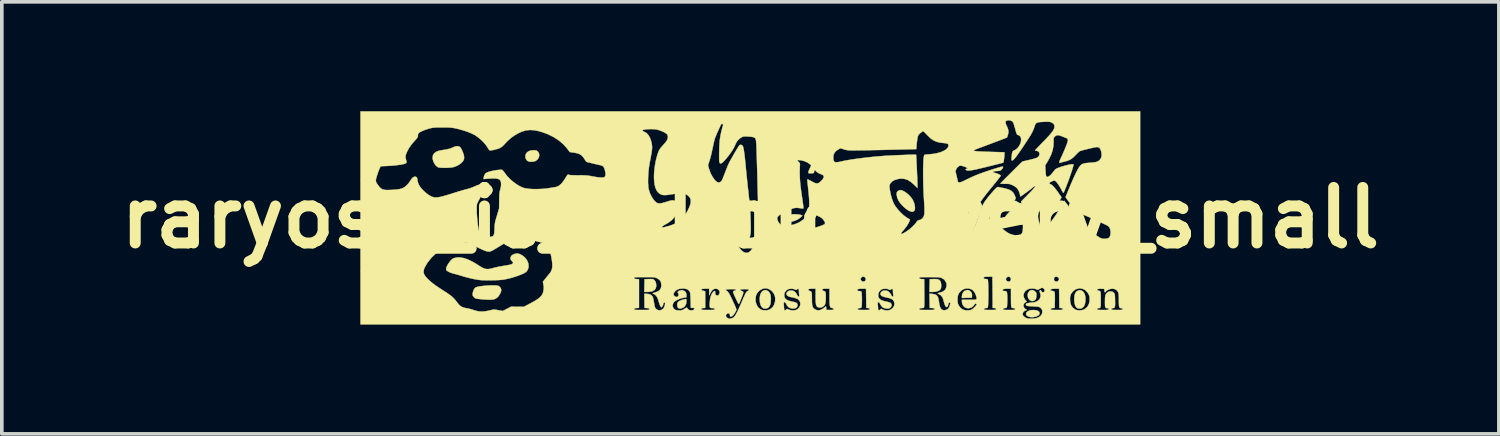
<source format=kicad_pcb>
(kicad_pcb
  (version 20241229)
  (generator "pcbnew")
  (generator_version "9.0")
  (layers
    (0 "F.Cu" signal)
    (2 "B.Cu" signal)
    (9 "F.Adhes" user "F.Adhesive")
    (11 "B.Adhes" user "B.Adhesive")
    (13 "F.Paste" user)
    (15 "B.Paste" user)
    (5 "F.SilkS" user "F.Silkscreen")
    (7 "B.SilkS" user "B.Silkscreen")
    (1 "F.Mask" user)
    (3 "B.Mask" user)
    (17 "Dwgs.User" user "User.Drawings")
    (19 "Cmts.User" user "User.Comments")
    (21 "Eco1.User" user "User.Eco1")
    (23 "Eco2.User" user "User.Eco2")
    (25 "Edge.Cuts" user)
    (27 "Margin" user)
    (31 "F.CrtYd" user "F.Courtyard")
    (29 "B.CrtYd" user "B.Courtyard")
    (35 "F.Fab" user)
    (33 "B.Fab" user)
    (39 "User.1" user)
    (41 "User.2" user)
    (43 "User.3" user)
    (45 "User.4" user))
  (footprint "raryosu_is_religion_very_small"
    (layer "F.Cu")
    (at 17.533 2.926)
    (property "Reference" "raryosu_is_religion_very_small" (at 0 0 0) (layer "F.SilkS") (effects (font (size 1.524 1.524) (thickness 0.3))))
    (attr through_hole)
    (fp_poly (pts (xy 5.988 1.985) (xy 6.016 1.998) (xy 6.045 2.027) (xy 6.07 2.06) (xy 6.08 2.09) (xy 6.081 2.13) (xy 6.081 2.132) (xy 6.077 2.191) (xy 5.94 2.194) (xy 5.804 2.198) (xy 5.804 2.152) (xy 5.814 2.088) (xy 5.842 2.036) (xy 5.884 1.999) (xy 5.938 1.982) (xy 5.952 1.981) (xy 5.988 1.985)) (stroke (width 0.01) (type solid)) (fill yes) (layer "F.SilkS"))
    (fp_poly (pts (xy -2.692 1.679) (xy -2.668 1.683) (xy -2.65 1.693) (xy -2.632 1.709) (xy -2.629 1.712) (xy -2.598 1.757) (xy -2.584 1.81) (xy -2.582 1.885) (xy -2.6 1.944) (xy -2.639 1.988) (xy -2.698 2.017) (xy -2.778 2.031) (xy -2.816 2.032) (xy -2.909 2.032) (xy -2.905 1.857) (xy -2.902 1.683) (xy -2.784 1.679) (xy -2.728 1.678) (xy -2.692 1.679)) (stroke (width 0.01) (type solid)) (fill yes) (layer "F.SilkS"))
    (fp_poly (pts (xy 5.144 1.685) (xy 5.18 1.7) (xy 5.204 1.725) (xy 5.215 1.743) (xy 5.23 1.786) (xy 5.236 1.841) (xy 5.235 1.897) (xy 5.225 1.943) (xy 5.221 1.954) (xy 5.189 1.988) (xy 5.137 2.013) (xy 5.069 2.028) (xy 5.007 2.032) (xy 4.914 2.032) (xy 4.918 1.857) (xy 4.921 1.683) (xy 5.024 1.679) (xy 5.094 1.679) (xy 5.144 1.685)) (stroke (width 0.01) (type solid)) (fill yes) (layer "F.SilkS"))
    (fp_poly (pts (xy 7.832 2.533) (xy 7.885 2.55) (xy 7.921 2.575) (xy 7.936 2.608) (xy 7.929 2.647) (xy 7.926 2.651) (xy 7.9 2.677) (xy 7.856 2.7) (xy 7.801 2.716) (xy 7.743 2.725) (xy 7.689 2.723) (xy 7.677 2.722) (xy 7.618 2.703) (xy 7.58 2.676) (xy 7.563 2.644) (xy 7.57 2.607) (xy 7.579 2.591) (xy 7.621 2.557) (xy 7.683 2.535) (xy 7.763 2.528) (xy 7.832 2.533)) (stroke (width 0.01) (type solid)) (fill yes) (layer "F.SilkS"))
    (fp_poly (pts (xy -5.903 -1.853) (xy -5.872 -1.848) (xy -5.85 -1.836) (xy -5.828 -1.817) (xy -5.799 -1.771) (xy -5.79 -1.719) (xy -5.801 -1.664) (xy -5.829 -1.613) (xy -5.875 -1.571) (xy -5.893 -1.56) (xy -5.944 -1.544) (xy -6.01 -1.538) (xy -6.08 -1.546) (xy -6.117 -1.564) (xy -6.148 -1.601) (xy -6.168 -1.647) (xy -6.172 -1.679) (xy -6.161 -1.743) (xy -6.13 -1.793) (xy -6.079 -1.829) (xy -6.01 -1.85) (xy -5.95 -1.854) (xy -5.903 -1.853)) (stroke (width 0.01) (type solid)) (fill yes) (layer "F.SilkS"))
    (fp_poly (pts (xy 7.751 1.983) (xy 7.798 2.007) (xy 7.813 2.02) (xy 7.834 2.042) (xy 7.845 2.063) (xy 7.848 2.09) (xy 7.847 2.132) (xy 7.846 2.142) (xy 7.842 2.19) (xy 7.834 2.221) (xy 7.82 2.243) (xy 7.806 2.256) (xy 7.76 2.282) (xy 7.713 2.282) (xy 7.665 2.258) (xy 7.657 2.25) (xy 7.625 2.206) (xy 7.609 2.15) (xy 7.61 2.091) (xy 7.625 2.047) (xy 7.659 2.004) (xy 7.703 1.982) (xy 7.751 1.983)) (stroke (width 0.01) (type solid)) (fill yes) (layer "F.SilkS"))
    (fp_poly (pts (xy -1.755 2.239) (xy -1.753 2.27) (xy -1.753 2.286) (xy -1.762 2.359) (xy -1.791 2.418) (xy -1.835 2.46) (xy -1.893 2.483) (xy -1.907 2.486) (xy -1.947 2.487) (xy -1.972 2.478) (xy -1.984 2.467) (xy -2 2.435) (xy -2.006 2.39) (xy -2.002 2.345) (xy -1.993 2.323) (xy -1.97 2.298) (xy -1.929 2.273) (xy -1.88 2.253) (xy -1.841 2.242) (xy -1.805 2.234) (xy -1.776 2.227) (xy -1.775 2.227) (xy -1.762 2.227) (xy -1.755 2.239)) (stroke (width 0.01) (type solid)) (fill yes) (layer "F.SilkS"))
    (fp_poly (pts (xy 9.078 1.989) (xy 9.122 2.015) (xy 9.157 2.06) (xy 9.181 2.12) (xy 9.193 2.193) (xy 9.192 2.276) (xy 9.181 2.349) (xy 9.158 2.415) (xy 9.122 2.461) (xy 9.073 2.485) (xy 9.04 2.489) (xy 8.999 2.485) (xy 8.964 2.474) (xy 8.957 2.47) (xy 8.927 2.436) (xy 8.904 2.381) (xy 8.89 2.312) (xy 8.885 2.235) (xy 8.891 2.144) (xy 8.909 2.075) (xy 8.94 2.026) (xy 8.984 1.996) (xy 9.026 1.985) (xy 9.078 1.989)) (stroke (width 0.01) (type solid)) (fill yes) (layer "F.SilkS"))
    (fp_poly (pts (xy 0.433 1.985) (xy 0.48 2.005) (xy 0.52 2.042) (xy 0.548 2.094) (xy 0.56 2.15) (xy 0.564 2.219) (xy 0.561 2.291) (xy 0.552 2.357) (xy 0.542 2.39) (xy 0.513 2.444) (xy 0.474 2.476) (xy 0.421 2.489) (xy 0.406 2.489) (xy 0.364 2.484) (xy 0.333 2.466) (xy 0.317 2.451) (xy 0.285 2.4) (xy 0.265 2.332) (xy 0.257 2.252) (xy 0.259 2.186) (xy 0.271 2.114) (xy 0.292 2.061) (xy 0.324 2.02) (xy 0.339 2.007) (xy 0.385 1.985) (xy 0.433 1.985)) (stroke (width 0.01) (type solid)) (fill yes) (layer "F.SilkS"))
    (fp_poly (pts (xy 1.242 -0.099) (xy 1.256 -0.098) (xy 1.308 -0.093) (xy 1.356 -0.086) (xy 1.389 -0.078) (xy 1.391 -0.077) (xy 1.429 -0.062) (xy 1.371 -0.007) (xy 1.299 0.045) (xy 1.209 0.085) (xy 1.11 0.108) (xy 1.092 0.11) (xy 1.049 0.113) (xy 1.021 0.11) (xy 1.002 0.099) (xy 0.992 0.091) (xy 0.973 0.068) (xy 0.965 0.052) (xy 0.975 0.028) (xy 1.002 -0.002) (xy 1.04 -0.035) (xy 1.084 -0.064) (xy 1.093 -0.069) (xy 1.129 -0.087) (xy 1.16 -0.097) (xy 1.194 -0.101) (xy 1.242 -0.099)) (stroke (width 0.01) (type solid)) (fill yes) (layer "F.SilkS"))
    (fp_poly (pts (xy 4.163 -0.752) (xy 4.222 -0.724) (xy 4.285 -0.681) (xy 4.347 -0.629) (xy 4.402 -0.569) (xy 4.447 -0.508) (xy 4.464 -0.477) (xy 4.492 -0.41) (xy 4.51 -0.341) (xy 4.517 -0.278) (xy 4.513 -0.227) (xy 4.507 -0.209) (xy 4.48 -0.177) (xy 4.44 -0.167) (xy 4.387 -0.178) (xy 4.331 -0.205) (xy 4.272 -0.246) (xy 4.208 -0.301) (xy 4.146 -0.364) (xy 4.094 -0.428) (xy 4.06 -0.481) (xy 4.028 -0.562) (xy 4.017 -0.622) (xy 4.014 -0.666) (xy 4.017 -0.693) (xy 4.028 -0.714) (xy 4.043 -0.729) (xy 4.08 -0.755) (xy 4.112 -0.762) (xy 4.163 -0.752)) (stroke (width 0.01) (type solid)) (fill yes) (layer "F.SilkS"))
    (fp_poly (pts (xy 7.318 -0.324) (xy 7.319 -0.323) (xy 7.323 -0.304) (xy 7.325 -0.264) (xy 7.326 -0.209) (xy 7.326 -0.142) (xy 7.326 -0.093) (xy 7.324 -0.016) (xy 7.322 0.041) (xy 7.319 0.08) (xy 7.315 0.105) (xy 7.309 0.122) (xy 7.301 0.133) (xy 7.292 0.141) (xy 7.261 0.158) (xy 7.224 0.163) (xy 7.174 0.155) (xy 7.125 0.141) (xy 7.057 0.116) (xy 7.01 0.087) (xy 6.984 0.055) (xy 6.978 0.017) (xy 6.994 -0.028) (xy 7.031 -0.081) (xy 7.089 -0.144) (xy 7.169 -0.219) (xy 7.173 -0.222) (xy 7.228 -0.27) (xy 7.267 -0.303) (xy 7.293 -0.321) (xy 7.31 -0.328) (xy 7.318 -0.324)) (stroke (width 0.01) (type solid)) (fill yes) (layer "F.SilkS"))
    (fp_poly (pts (xy -6.991 1.853) (xy -6.938 1.859) (xy -6.911 1.866) (xy -6.869 1.896) (xy -6.841 1.941) (xy -6.833 1.984) (xy -6.841 2.025) (xy -6.863 2.076) (xy -6.893 2.127) (xy -6.927 2.17) (xy -6.938 2.181) (xy -6.97 2.205) (xy -7.002 2.224) (xy -7.04 2.236) (xy -7.087 2.243) (xy -7.147 2.245) (xy -7.224 2.243) (xy -7.321 2.237) (xy -7.344 2.235) (xy -7.421 2.228) (xy -7.478 2.222) (xy -7.519 2.214) (xy -7.547 2.204) (xy -7.569 2.189) (xy -7.587 2.17) (xy -7.589 2.169) (xy -7.612 2.135) (xy -7.618 2.102) (xy -7.617 2.077) (xy -7.605 2.02) (xy -7.583 1.967) (xy -7.556 1.926) (xy -7.539 1.911) (xy -7.505 1.898) (xy -7.452 1.885) (xy -7.383 1.874) (xy -7.304 1.865) (xy -7.22 1.858) (xy -7.137 1.853) (xy -7.059 1.852) (xy -6.991 1.853)) (stroke (width 0.01) (type solid)) (fill yes) (layer "F.SilkS"))
    (fp_poly (pts (xy -7.976 -1.952) (xy -7.97 -1.949) (xy -7.949 -1.926) (xy -7.925 -1.886) (xy -7.9 -1.834) (xy -7.878 -1.779) (xy -7.861 -1.725) (xy -7.855 -1.7) (xy -7.851 -1.656) (xy -7.855 -1.614) (xy -7.855 -1.613) (xy -7.878 -1.561) (xy -7.922 -1.51) (xy -7.983 -1.463) (xy -8.057 -1.423) (xy -8.139 -1.393) (xy -8.147 -1.391) (xy -8.193 -1.383) (xy -8.254 -1.377) (xy -8.322 -1.373) (xy -8.392 -1.372) (xy -8.458 -1.373) (xy -8.515 -1.377) (xy -8.555 -1.383) (xy -8.57 -1.389) (xy -8.621 -1.429) (xy -8.665 -1.487) (xy -8.698 -1.555) (xy -8.715 -1.623) (xy -8.716 -1.649) (xy -8.706 -1.715) (xy -8.674 -1.769) (xy -8.621 -1.81) (xy -8.547 -1.839) (xy -8.485 -1.852) (xy -8.398 -1.866) (xy -8.331 -1.878) (xy -8.28 -1.889) (xy -8.24 -1.9) (xy -8.206 -1.912) (xy -8.175 -1.926) (xy -8.165 -1.931) (xy -8.091 -1.96) (xy -8.028 -1.967) (xy -7.976 -1.952)) (stroke (width 0.01) (type solid)) (fill yes) (layer "F.SilkS"))
    (fp_poly (pts (xy -6.347 0.986) (xy -6.303 1.004) (xy -6.294 1.009) (xy -6.219 1.056) (xy -6.16 1.115) (xy -6.116 1.182) (xy -6.09 1.253) (xy -6.082 1.325) (xy -6.094 1.395) (xy -6.127 1.457) (xy -6.144 1.476) (xy -6.178 1.502) (xy -6.232 1.531) (xy -6.304 1.561) (xy -6.387 1.593) (xy -6.479 1.623) (xy -6.575 1.651) (xy -6.671 1.674) (xy -6.762 1.693) (xy -6.768 1.694) (xy -6.822 1.701) (xy -6.896 1.706) (xy -6.983 1.71) (xy -7.079 1.712) (xy -7.176 1.713) (xy -7.268 1.712) (xy -7.352 1.71) (xy -7.41 1.706) (xy -7.487 1.696) (xy -7.581 1.679) (xy -7.683 1.656) (xy -7.787 1.63) (xy -7.886 1.602) (xy -7.893 1.6) (xy -7.96 1.579) (xy -8.025 1.56) (xy -8.08 1.545) (xy -8.119 1.535) (xy -8.122 1.535) (xy -8.181 1.519) (xy -8.239 1.497) (xy -8.289 1.473) (xy -8.325 1.449) (xy -8.341 1.431) (xy -8.345 1.391) (xy -8.329 1.337) (xy -8.292 1.27) (xy -8.262 1.226) (xy -8.22 1.171) (xy -8.181 1.134) (xy -8.14 1.11) (xy -8.089 1.094) (xy -8.066 1.089) (xy -7.978 1.085) (xy -7.877 1.1) (xy -7.766 1.135) (xy -7.648 1.189) (xy -7.523 1.26) (xy -7.474 1.293) (xy -7.394 1.344) (xy -7.327 1.379) (xy -7.266 1.4) (xy -7.206 1.406) (xy -7.141 1.399) (xy -7.065 1.38) (xy -7.036 1.372) (xy -6.99 1.36) (xy -6.928 1.346) (xy -6.857 1.332) (xy -6.79 1.321) (xy -6.7 1.306) (xy -6.631 1.294) (xy -6.582 1.283) (xy -6.548 1.272) (xy -6.526 1.261) (xy -6.515 1.25) (xy -6.507 1.235) (xy -6.514 1.217) (xy -6.537 1.19) (xy -6.567 1.155) (xy -6.58 1.125) (xy -6.578 1.091) (xy -6.575 1.077) (xy -6.552 1.038) (xy -6.509 1.006) (xy -6.452 0.986) (xy -6.427 0.982) (xy -6.384 0.98) (xy -6.347 0.986)) (stroke (width 0.01) (type solid)) (fill yes) (layer "F.SilkS"))
    (fp_poly (pts (xy 10.693 2.921) (xy -10.693 2.921) (xy -10.693 1.464) (xy -8.965 1.464) (xy -8.96 1.518) (xy -8.936 1.573) (xy -8.892 1.631) (xy -8.841 1.685) (xy -8.783 1.738) (xy -8.716 1.793) (xy -8.637 1.853) (xy -8.541 1.918) (xy -8.427 1.993) (xy -8.404 2.007) (xy -8.315 2.064) (xy -8.245 2.113) (xy -8.189 2.157) (xy -8.142 2.2) (xy -8.101 2.245) (xy -8.064 2.292) (xy -8.012 2.359) (xy -7.966 2.407) (xy -7.92 2.439) (xy -7.87 2.461) (xy -7.808 2.475) (xy -7.787 2.478) (xy -7.729 2.489) (xy -7.668 2.505) (xy -7.633 2.516) (xy -7.532 2.549) (xy -7.439 2.567) (xy -7.346 2.571) (xy -7.247 2.56) (xy -7.139 2.537) (xy -7.089 2.525) (xy -7.052 2.518) (xy -7.019 2.517) (xy -6.981 2.521) (xy -6.93 2.53) (xy -6.912 2.533) (xy -6.791 2.556) (xy -6.678 2.497) (xy -6.565 2.438) (xy -6.214 2.441) (xy -6.025 2.341) (xy -5.924 2.286) (xy -5.844 2.236) (xy -5.783 2.19) (xy -5.738 2.145) (xy -5.707 2.099) (xy -5.686 2.051) (xy -5.684 2.046) (xy -5.668 1.966) (xy -5.666 1.89) (xy -5.678 1.818) (xy -5.691 1.754) (xy -5.607 1.65) (xy -3.188 1.65) (xy -3.184 1.665) (xy -3.168 1.674) (xy -3.135 1.678) (xy -3.121 1.679) (xy -3.054 1.683) (xy -3.054 2.47) (xy -3.121 2.474) (xy -3.161 2.478) (xy -3.181 2.485) (xy -3.187 2.497) (xy -3.188 2.503) (xy -3.186 2.512) (xy -3.18 2.518) (xy -3.165 2.523) (xy -3.138 2.525) (xy -3.095 2.527) (xy -3.033 2.527) (xy -2.978 2.527) (xy -2.901 2.527) (xy -2.845 2.526) (xy -2.808 2.525) (xy -2.785 2.521) (xy -2.773 2.516) (xy -2.769 2.509) (xy -2.769 2.503) (xy -2.772 2.488) (xy -2.788 2.479) (xy -2.821 2.475) (xy -2.835 2.474) (xy -2.902 2.47) (xy -2.909 2.083) (xy -2.851 2.083) (xy -2.783 2.091) (xy -2.727 2.113) (xy -2.688 2.148) (xy -2.686 2.151) (xy -2.674 2.178) (xy -2.662 2.223) (xy -2.651 2.277) (xy -2.646 2.305) (xy -2.635 2.376) (xy -2.624 2.427) (xy -2.612 2.463) (xy -2.596 2.487) (xy -2.576 2.506) (xy -2.563 2.515) (xy -2.522 2.535) (xy -2.485 2.538) (xy -2.442 2.526) (xy -2.432 2.522) (xy -2.388 2.49) (xy -2.358 2.438) (xy -2.344 2.383) (xy -2.13 2.383) (xy -2.129 2.437) (xy -2.106 2.482) (xy -2.079 2.511) (xy -2.047 2.528) (xy -2.004 2.537) (xy -1.948 2.539) (xy -1.9 2.538) (xy -1.865 2.53) (xy -1.829 2.512) (xy -1.805 2.495) (xy -1.771 2.474) (xy -1.748 2.462) (xy -1.74 2.462) (xy -1.732 2.478) (xy -1.713 2.502) (xy -1.709 2.506) (xy -1.669 2.532) (xy -1.62 2.541) (xy -1.571 2.531) (xy -1.553 2.521) (xy -1.536 2.503) (xy -1.346 2.503) (xy -1.345 2.512) (xy -1.338 2.519) (xy -1.322 2.523) (xy -1.293 2.526) (xy -1.246 2.527) (xy -1.18 2.527) (xy -1.162 2.527) (xy -1.09 2.527) (xy -1.04 2.526) (xy -1.008 2.524) (xy -0.989 2.52) (xy -0.98 2.514) (xy -0.978 2.505) (xy -0.978 2.502) (xy -0.982 2.486) (xy -0.998 2.478) (xy -1.032 2.476) (xy -1.071 2.475) (xy -1.096 2.468) (xy -1.111 2.451) (xy -1.116 2.42) (xy -1.116 2.371) (xy -1.114 2.335) (xy -1.104 2.228) (xy -1.083 2.143) (xy -1.053 2.077) (xy -1.032 2.048) (xy -0.999 2.015) (xy -0.977 2.004) (xy -0.966 2.015) (xy -0.964 2.05) (xy -0.964 2.053) (xy -0.963 2.09) (xy -0.954 2.111) (xy -0.942 2.12) (xy -0.909 2.132) (xy -0.884 2.126) (xy -0.864 2.108) (xy -0.842 2.071) (xy -0.841 2.03) (xy -0.856 1.991) (xy -0.866 1.981) (xy -0.671 1.981) (xy -0.654 1.999) (xy -0.633 2.013) (xy -0.617 2.027) (xy -0.598 2.051) (xy -0.577 2.086) (xy -0.55 2.137) (xy -0.516 2.206) (xy -0.488 2.267) (xy -0.455 2.338) (xy -0.426 2.402) (xy -0.403 2.455) (xy -0.388 2.494) (xy -0.381 2.514) (xy -0.381 2.515) (xy -0.389 2.541) (xy -0.407 2.579) (xy -0.433 2.621) (xy -0.461 2.66) (xy -0.486 2.688) (xy -0.489 2.69) (xy -0.519 2.706) (xy -0.544 2.708) (xy -0.557 2.696) (xy -0.558 2.688) (xy -0.562 2.648) (xy -0.581 2.623) (xy -0.611 2.617) (xy -0.644 2.632) (xy -0.648 2.636) (xy -0.67 2.668) (xy -0.667 2.703) (xy -0.642 2.737) (xy -0.599 2.763) (xy -0.547 2.767) (xy -0.488 2.748) (xy -0.462 2.732) (xy -0.437 2.707) (xy -0.409 2.67) (xy -0.392 2.64) (xy 7.468 2.64) (xy 7.479 2.675) (xy 7.509 2.71) (xy 7.551 2.739) (xy 7.576 2.75) (xy 7.632 2.763) (xy 7.703 2.767) (xy 7.779 2.762) (xy 7.849 2.75) (xy 7.902 2.732) (xy 7.957 2.695) (xy 7.994 2.648) (xy 8.011 2.596) (xy 8.009 2.543) (xy 7.987 2.495) (xy 7.945 2.455) (xy 7.933 2.449) (xy 7.91 2.442) (xy 7.868 2.436) (xy 7.812 2.431) (xy 7.748 2.427) (xy 7.742 2.426) (xy 7.673 2.423) (xy 7.624 2.419) (xy 7.593 2.414) (xy 7.574 2.407) (xy 7.565 2.398) (xy 7.564 2.397) (xy 7.558 2.371) (xy 7.574 2.351) (xy 7.615 2.337) (xy 7.68 2.328) (xy 7.699 2.327) (xy 7.781 2.318) (xy 7.845 2.299) (xy 7.896 2.269) (xy 7.93 2.235) (xy 7.955 2.186) (xy 7.964 2.128) (xy 7.954 2.069) (xy 7.944 2.045) (xy 7.933 2.019) (xy 7.935 2.003) (xy 7.944 1.993) (xy 7.961 1.983) (xy 7.966 1.983) (xy 7.974 1.996) (xy 7.983 2.013) (xy 8.008 2.038) (xy 8.039 2.042) (xy 8.059 2.031) (xy 8.076 2.003) (xy 8.072 1.98) (xy 8.232 1.98) (xy 8.248 1.997) (xy 8.283 2.004) (xy 8.317 2.011) (xy 8.341 2.023) (xy 8.343 2.025) (xy 8.349 2.046) (xy 8.353 2.092) (xy 8.354 2.163) (xy 8.354 2.256) (xy 8.35 2.47) (xy 8.296 2.474) (xy 8.261 2.479) (xy 8.245 2.489) (xy 8.242 2.503) (xy 8.244 2.513) (xy 8.251 2.52) (xy 8.268 2.524) (xy 8.3 2.526) (xy 8.349 2.527) (xy 8.407 2.527) (xy 8.475 2.527) (xy 8.521 2.526) (xy 8.55 2.523) (xy 8.565 2.519) (xy 8.571 2.511) (xy 8.572 2.503) (xy 8.567 2.485) (xy 8.545 2.477) (xy 8.525 2.474) (xy 8.477 2.47) (xy 8.474 2.242) (xy 8.77 2.242) (xy 8.778 2.332) (xy 8.803 2.405) (xy 8.845 2.464) (xy 8.907 2.511) (xy 8.922 2.519) (xy 8.971 2.534) (xy 9.032 2.539) (xy 9.096 2.533) (xy 9.151 2.516) (xy 9.151 2.516) (xy 9.172 2.502) (xy 9.512 2.502) (xy 9.514 2.512) (xy 9.521 2.52) (xy 9.538 2.524) (xy 9.568 2.526) (xy 9.617 2.527) (xy 9.671 2.527) (xy 9.737 2.527) (xy 9.782 2.526) (xy 9.809 2.523) (xy 9.823 2.518) (xy 9.829 2.511) (xy 9.83 2.502) (xy 9.822 2.482) (xy 9.799 2.477) (xy 9.771 2.476) (xy 9.751 2.47) (xy 9.739 2.456) (xy 9.732 2.43) (xy 9.729 2.387) (xy 9.728 2.324) (xy 9.728 2.305) (xy 9.729 2.228) (xy 9.732 2.172) (xy 9.738 2.132) (xy 9.749 2.101) (xy 9.765 2.076) (xy 9.786 2.054) (xy 9.829 2.026) (xy 9.88 2.017) (xy 9.93 2.026) (xy 9.97 2.052) (xy 9.983 2.067) (xy 9.991 2.083) (xy 9.997 2.105) (xy 10.001 2.138) (xy 10.003 2.187) (xy 10.005 2.257) (xy 10.005 2.262) (xy 10.007 2.341) (xy 10.005 2.398) (xy 10 2.436) (xy 9.991 2.46) (xy 9.976 2.472) (xy 9.954 2.476) (xy 9.943 2.477) (xy 9.915 2.481) (xy 9.906 2.497) (xy 9.906 2.502) (xy 9.907 2.513) (xy 9.915 2.52) (xy 9.932 2.524) (xy 9.964 2.526) (xy 10.014 2.527) (xy 10.058 2.527) (xy 10.123 2.527) (xy 10.166 2.526) (xy 10.192 2.523) (xy 10.205 2.518) (xy 10.21 2.509) (xy 10.211 2.502) (xy 10.204 2.483) (xy 10.181 2.477) (xy 10.175 2.477) (xy 10.151 2.475) (xy 10.134 2.467) (xy 10.122 2.451) (xy 10.114 2.421) (xy 10.111 2.376) (xy 10.109 2.31) (xy 10.109 2.263) (xy 10.109 2.184) (xy 10.106 2.126) (xy 10.102 2.085) (xy 10.095 2.054) (xy 10.088 2.036) (xy 10.051 1.986) (xy 9.998 1.954) (xy 9.933 1.943) (xy 9.932 1.943) (xy 9.883 1.949) (xy 9.832 1.966) (xy 9.787 1.988) (xy 9.757 2.014) (xy 9.753 2.021) (xy 9.736 2.042) (xy 9.723 2.039) (xy 9.715 2.011) (xy 9.713 1.997) (xy 9.709 1.949) (xy 9.64 1.946) (xy 9.595 1.945) (xy 9.556 1.947) (xy 9.542 1.949) (xy 9.518 1.962) (xy 9.513 1.979) (xy 9.527 1.992) (xy 9.541 1.994) (xy 9.575 2.002) (xy 9.592 2.012) (xy 9.6 2.02) (xy 9.606 2.035) (xy 9.61 2.059) (xy 9.612 2.096) (xy 9.613 2.15) (xy 9.614 2.225) (xy 9.614 2.245) (xy 9.614 2.327) (xy 9.613 2.386) (xy 9.609 2.428) (xy 9.603 2.454) (xy 9.593 2.469) (xy 9.577 2.475) (xy 9.556 2.476) (xy 9.543 2.477) (xy 9.519 2.483) (xy 9.512 2.502) (xy 9.172 2.502) (xy 9.214 2.474) (xy 9.263 2.415) (xy 9.295 2.341) (xy 9.309 2.259) (xy 9.305 2.171) (xy 9.295 2.13) (xy 9.274 2.083) (xy 9.238 2.034) (xy 9.195 1.99) (xy 9.156 1.962) (xy 9.083 1.937) (xy 9.008 1.936) (xy 8.936 1.956) (xy 8.87 1.997) (xy 8.816 2.057) (xy 8.797 2.088) (xy 8.782 2.123) (xy 8.773 2.162) (xy 8.77 2.214) (xy 8.77 2.242) (xy 8.474 2.242) (xy 8.47 1.943) (xy 8.39 1.943) (xy 8.316 1.945) (xy 8.265 1.952) (xy 8.238 1.964) (xy 8.232 1.98) (xy 8.072 1.98) (xy 8.071 1.969) (xy 8.052 1.943) (xy 8.021 1.922) (xy 7.988 1.921) (xy 7.946 1.941) (xy 7.933 1.949) (xy 7.904 1.967) (xy 7.883 1.973) (xy 7.861 1.966) (xy 7.846 1.959) (xy 7.803 1.945) (xy 7.747 1.938) (xy 7.728 1.937) (xy 7.652 1.946) (xy 7.589 1.972) (xy 7.54 2.012) (xy 7.508 2.061) (xy 7.494 2.117) (xy 7.501 2.176) (xy 7.529 2.234) (xy 7.552 2.263) (xy 7.585 2.297) (xy 7.545 2.317) (xy 7.51 2.348) (xy 7.493 2.389) (xy 7.495 2.433) (xy 7.517 2.475) (xy 7.543 2.498) (xy 7.586 2.527) (xy 7.547 2.541) (xy 7.506 2.565) (xy 7.478 2.602) (xy 7.468 2.64) (xy -0.392 2.64) (xy -0.379 2.619) (xy -0.345 2.552) (xy -0.305 2.466) (xy -0.258 2.359) (xy -0.248 2.337) (xy -0.208 2.243) (xy -0.19 2.201) (xy 0.142 2.201) (xy 0.144 2.283) (xy 0.162 2.361) (xy 0.195 2.429) (xy 0.231 2.472) (xy 0.28 2.509) (xy 0.329 2.53) (xy 0.388 2.537) (xy 0.422 2.537) (xy 0.474 2.532) (xy 0.513 2.522) (xy 0.548 2.503) (xy 0.561 2.495) (xy 0.62 2.439) (xy 0.66 2.368) (xy 0.666 2.345) (xy 0.915 2.345) (xy 0.918 2.386) (xy 0.919 2.397) (xy 0.923 2.446) (xy 0.926 2.487) (xy 0.927 2.511) (xy 0.934 2.535) (xy 0.953 2.538) (xy 0.979 2.52) (xy 0.983 2.516) (xy 0.998 2.502) (xy 1.012 2.499) (xy 1.036 2.509) (xy 1.051 2.516) (xy 1.102 2.533) (xy 1.163 2.539) (xy 1.223 2.536) (xy 1.269 2.521) (xy 1.322 2.483) (xy 1.356 2.433) (xy 1.372 2.379) (xy 1.369 2.323) (xy 1.347 2.272) (xy 1.306 2.23) (xy 1.285 2.218) (xy 1.255 2.207) (xy 1.21 2.195) (xy 1.162 2.184) (xy 1.089 2.168) (xy 1.039 2.15) (xy 1.008 2.127) (xy 0.993 2.098) (xy 0.991 2.075) (xy 0.999 2.054) (xy 1.019 2.027) (xy 1.022 2.025) (xy 1.048 2.005) (xy 1.082 1.996) (xy 1.117 1.994) (xy 1.161 1.997) (xy 1.194 2.01) (xy 1.224 2.033) (xy 1.255 2.067) (xy 1.279 2.105) (xy 1.283 2.115) (xy 1.299 2.148) (xy 1.321 2.159) (xy 1.323 2.159) (xy 1.341 2.155) (xy 1.345 2.14) (xy 1.341 2.119) (xy 1.337 2.083) (xy 1.334 2.035) (xy 1.333 2.011) (xy 1.331 1.967) (xy 1.33 1.966) (xy 1.589 1.966) (xy 1.593 1.984) (xy 1.618 2.001) (xy 1.631 2.006) (xy 1.662 2.021) (xy 1.681 2.038) (xy 1.682 2.04) (xy 1.684 2.059) (xy 1.687 2.099) (xy 1.688 2.153) (xy 1.689 2.217) (xy 1.689 2.231) (xy 1.69 2.311) (xy 1.694 2.371) (xy 1.701 2.415) (xy 1.713 2.448) (xy 1.731 2.474) (xy 1.75 2.493) (xy 1.785 2.515) (xy 1.83 2.533) (xy 1.861 2.539) (xy 1.88 2.536) (xy 1.913 2.529) (xy 1.922 2.526) (xy 1.961 2.509) (xy 2.003 2.482) (xy 2.018 2.47) (xy 2.047 2.446) (xy 2.068 2.434) (xy 2.075 2.434) (xy 2.08 2.452) (xy 2.083 2.482) (xy 2.083 2.485) (xy 2.083 2.527) (xy 2.184 2.527) (xy 2.235 2.527) (xy 2.265 2.524) (xy 2.281 2.519) (xy 2.286 2.508) (xy 2.286 2.503) (xy 2.279 2.484) (xy 2.254 2.475) (xy 2.245 2.474) (xy 2.222 2.47) (xy 2.204 2.46) (xy 2.191 2.441) (xy 2.182 2.411) (xy 2.176 2.365) (xy 2.173 2.302) (xy 2.172 2.218) (xy 2.172 2.175) (xy 2.172 1.983) (xy 2.934 1.983) (xy 2.939 1.999) (xy 2.958 2.006) (xy 2.982 2.007) (xy 3.018 2.01) (xy 3.043 2.02) (xy 3.045 2.022) (xy 3.052 2.04) (xy 3.056 2.079) (xy 3.059 2.132) (xy 3.061 2.195) (xy 3.061 2.261) (xy 3.06 2.325) (xy 3.058 2.383) (xy 3.054 2.428) (xy 3.048 2.456) (xy 3.045 2.461) (xy 3.023 2.472) (xy 2.989 2.476) (xy 2.988 2.477) (xy 2.959 2.48) (xy 2.947 2.492) (xy 2.946 2.502) (xy 2.948 2.512) (xy 2.955 2.519) (xy 2.971 2.524) (xy 3.001 2.526) (xy 3.049 2.527) (xy 3.111 2.527) (xy 3.179 2.527) (xy 3.225 2.526) (xy 3.254 2.523) (xy 3.269 2.519) (xy 3.276 2.511) (xy 3.277 2.503) (xy 3.271 2.485) (xy 3.249 2.477) (xy 3.229 2.474) (xy 3.181 2.47) (xy 3.18 2.347) (xy 3.493 2.347) (xy 3.497 2.389) (xy 3.501 2.438) (xy 3.504 2.482) (xy 3.505 2.504) (xy 3.512 2.532) (xy 3.529 2.539) (xy 3.554 2.523) (xy 3.562 2.515) (xy 3.577 2.5) (xy 3.591 2.497) (xy 3.614 2.507) (xy 3.63 2.515) (xy 3.688 2.535) (xy 3.752 2.541) (xy 3.814 2.532) (xy 3.861 2.511) (xy 3.916 2.462) (xy 3.947 2.407) (xy 3.953 2.346) (xy 3.938 2.288) (xy 3.912 2.251) (xy 3.869 2.222) (xy 3.804 2.199) (xy 3.74 2.184) (xy 3.668 2.168) (xy 3.617 2.15) (xy 3.586 2.127) (xy 3.571 2.098) (xy 3.569 2.075) (xy 3.577 2.054) (xy 3.598 2.027) (xy 3.6 2.025) (xy 3.627 2.005) (xy 3.66 1.996) (xy 3.695 1.994) (xy 3.739 1.997) (xy 3.772 2.01) (xy 3.803 2.033) (xy 3.834 2.067) (xy 3.858 2.105) (xy 3.863 2.115) (xy 3.882 2.149) (xy 3.903 2.159) (xy 3.919 2.156) (xy 3.923 2.141) (xy 3.92 2.111) (xy 3.915 2.068) (xy 3.912 2.017) (xy 3.912 2.003) (xy 3.908 1.962) (xy 3.897 1.945) (xy 3.877 1.949) (xy 3.86 1.963) (xy 3.843 1.975) (xy 3.825 1.975) (xy 3.796 1.962) (xy 3.755 1.948) (xy 3.702 1.945) (xy 3.68 1.946) (xy 3.634 1.951) (xy 3.603 1.962) (xy 3.574 1.983) (xy 3.56 1.996) (xy 3.528 2.036) (xy 3.512 2.078) (xy 3.509 2.098) (xy 3.51 2.157) (xy 3.529 2.205) (xy 3.567 2.243) (xy 3.627 2.272) (xy 3.71 2.294) (xy 3.737 2.299) (xy 3.785 2.31) (xy 3.826 2.323) (xy 3.85 2.336) (xy 3.873 2.369) (xy 3.875 2.408) (xy 3.855 2.447) (xy 3.841 2.461) (xy 3.817 2.479) (xy 3.791 2.487) (xy 3.754 2.488) (xy 3.731 2.487) (xy 3.667 2.474) (xy 3.618 2.444) (xy 3.578 2.394) (xy 3.562 2.361) (xy 3.539 2.324) (xy 3.515 2.311) (xy 3.514 2.311) (xy 3.501 2.313) (xy 3.494 2.324) (xy 3.493 2.347) (xy 3.18 2.347) (xy 3.174 1.943) (xy 3.083 1.943) (xy 3.016 1.945) (xy 2.972 1.95) (xy 2.946 1.959) (xy 2.935 1.974) (xy 2.934 1.983) (xy 2.172 1.983) (xy 2.172 1.943) (xy 2.09 1.943) (xy 2.044 1.944) (xy 2.007 1.947) (xy 1.989 1.951) (xy 1.97 1.966) (xy 1.973 1.985) (xy 1.996 2) (xy 2.003 2.002) (xy 2.035 2.012) (xy 2.054 2.023) (xy 2.062 2.041) (xy 2.067 2.079) (xy 2.07 2.131) (xy 2.071 2.189) (xy 2.069 2.249) (xy 2.065 2.303) (xy 2.058 2.347) (xy 2.052 2.369) (xy 2.022 2.413) (xy 1.977 2.445) (xy 1.927 2.462) (xy 1.876 2.459) (xy 1.853 2.451) (xy 1.832 2.436) (xy 1.816 2.414) (xy 1.804 2.383) (xy 1.797 2.339) (xy 1.793 2.278) (xy 1.791 2.196) (xy 1.791 2.153) (xy 1.791 1.943) (xy 1.709 1.943) (xy 1.663 1.944) (xy 1.626 1.947) (xy 1.608 1.951) (xy 1.589 1.966) (xy 1.33 1.966) (xy 1.321 1.946) (xy 1.304 1.947) (xy 1.282 1.963) (xy 1.265 1.975) (xy 1.247 1.975) (xy 1.218 1.962) (xy 1.177 1.948) (xy 1.123 1.945) (xy 1.102 1.946) (xy 1.056 1.951) (xy 1.024 1.962) (xy 0.996 1.983) (xy 0.982 1.996) (xy 0.95 2.036) (xy 0.934 2.078) (xy 0.931 2.098) (xy 0.932 2.157) (xy 0.951 2.205) (xy 0.99 2.243) (xy 1.05 2.272) (xy 1.133 2.294) (xy 1.156 2.299) (xy 1.219 2.313) (xy 1.261 2.329) (xy 1.285 2.351) (xy 1.295 2.381) (xy 1.295 2.393) (xy 1.285 2.439) (xy 1.255 2.47) (xy 1.205 2.486) (xy 1.153 2.486) (xy 1.088 2.474) (xy 1.039 2.443) (xy 1 2.393) (xy 0.984 2.361) (xy 0.961 2.324) (xy 0.937 2.311) (xy 0.936 2.311) (xy 0.923 2.313) (xy 0.916 2.323) (xy 0.915 2.345) (xy 0.666 2.345) (xy 0.681 2.285) (xy 0.682 2.196) (xy 0.673 2.146) (xy 0.645 2.078) (xy 0.599 2.018) (xy 0.54 1.97) (xy 0.473 1.94) (xy 0.413 1.931) (xy 0.344 1.942) (xy 0.278 1.975) (xy 0.219 2.024) (xy 0.175 2.085) (xy 0.158 2.124) (xy 0.142 2.201) (xy -0.19 2.201) (xy -0.176 2.169) (xy -0.151 2.114) (xy -0.131 2.074) (xy -0.115 2.046) (xy -0.102 2.028) (xy -0.089 2.016) (xy -0.076 2.009) (xy -0.069 2.006) (xy -0.046 1.991) (xy -0.038 1.975) (xy -0.042 1.966) (xy -0.057 1.96) (xy -0.088 1.957) (xy -0.138 1.956) (xy -0.159 1.956) (xy -0.217 1.957) (xy -0.254 1.959) (xy -0.273 1.964) (xy -0.279 1.973) (xy -0.279 1.974) (xy -0.269 1.989) (xy -0.242 2.004) (xy -0.235 2.007) (xy -0.201 2.023) (xy -0.191 2.046) (xy -0.191 2.046) (xy -0.195 2.066) (xy -0.207 2.104) (xy -0.225 2.152) (xy -0.246 2.207) (xy -0.268 2.261) (xy -0.288 2.309) (xy -0.304 2.346) (xy -0.315 2.364) (xy -0.315 2.365) (xy -0.323 2.357) (xy -0.34 2.33) (xy -0.362 2.287) (xy -0.389 2.232) (xy -0.404 2.2) (xy -0.435 2.133) (xy -0.455 2.085) (xy -0.468 2.053) (xy -0.472 2.032) (xy -0.471 2.02) (xy -0.464 2.012) (xy -0.462 2.01) (xy -0.433 1.997) (xy -0.417 1.994) (xy -0.397 1.985) (xy -0.394 1.975) (xy -0.398 1.966) (xy -0.412 1.961) (xy -0.442 1.957) (xy -0.49 1.956) (xy -0.533 1.956) (xy -0.602 1.957) (xy -0.647 1.961) (xy -0.67 1.969) (xy -0.671 1.981) (xy -0.866 1.981) (xy -0.886 1.96) (xy -0.926 1.944) (xy -0.939 1.943) (xy -0.986 1.949) (xy -1.025 1.968) (xy -1.06 2.003) (xy -1.095 2.059) (xy -1.107 2.083) (xy -1.129 2.127) (xy -1.13 1.943) (xy -1.218 1.943) (xy -1.266 1.944) (xy -1.304 1.947) (xy -1.326 1.951) (xy -1.345 1.965) (xy -1.341 1.98) (xy -1.315 1.994) (xy -1.292 2.001) (xy -1.238 2.013) (xy -1.238 2.47) (xy -1.292 2.474) (xy -1.327 2.479) (xy -1.343 2.489) (xy -1.346 2.503) (xy -1.536 2.503) (xy -1.532 2.499) (xy -1.535 2.481) (xy -1.56 2.47) (xy -1.585 2.469) (xy -1.632 2.47) (xy -1.638 2.26) (xy -1.641 2.178) (xy -1.645 2.117) (xy -1.649 2.074) (xy -1.655 2.044) (xy -1.662 2.024) (xy -1.667 2.016) (xy -1.705 1.975) (xy -1.757 1.95) (xy -1.827 1.938) (xy -1.861 1.938) (xy -1.947 1.947) (xy -2.017 1.974) (xy -2.069 2.018) (xy -2.089 2.048) (xy -2.104 2.08) (xy -2.107 2.102) (xy -2.098 2.124) (xy -2.095 2.13) (xy -2.068 2.158) (xy -2.032 2.171) (xy -1.997 2.165) (xy -1.987 2.158) (xy -1.974 2.136) (xy -1.969 2.104) (xy -1.973 2.076) (xy -1.981 2.064) (xy -1.995 2.046) (xy -1.988 2.027) (xy -1.966 2.008) (xy -1.933 1.994) (xy -1.895 1.986) (xy -1.857 1.987) (xy -1.804 2.008) (xy -1.769 2.045) (xy -1.753 2.099) (xy -1.753 2.118) (xy -1.753 2.179) (xy -1.835 2.193) (xy -1.91 2.211) (xy -1.981 2.238) (xy -2.043 2.269) (xy -2.089 2.304) (xy -2.108 2.326) (xy -2.13 2.383) (xy -2.344 2.383) (xy -2.342 2.376) (xy -2.338 2.343) (xy -2.342 2.328) (xy -2.356 2.324) (xy -2.361 2.324) (xy -2.38 2.33) (xy -2.387 2.351) (xy -2.388 2.361) (xy -2.396 2.398) (xy -2.413 2.427) (xy -2.438 2.457) (xy -2.461 2.43) (xy -2.475 2.406) (xy -2.492 2.364) (xy -2.508 2.313) (xy -2.514 2.292) (xy -2.543 2.205) (xy -2.578 2.142) (xy -2.62 2.102) (xy -2.648 2.09) (xy -2.674 2.08) (xy -2.675 2.07) (xy -2.652 2.058) (xy -2.616 2.048) (xy -2.54 2.021) (xy -2.486 1.982) (xy -2.453 1.929) (xy -2.44 1.862) (xy -2.441 1.829) (xy -2.452 1.766) (xy -2.477 1.717) (xy -2.521 1.679) (xy -2.528 1.675) (xy 3.025 1.675) (xy 3.029 1.703) (xy 3.048 1.727) (xy 3.08 1.749) (xy 3.116 1.749) (xy 3.13 1.745) (xy 3.151 1.727) (xy 3.164 1.705) (xy 3.167 1.668) (xy 3.158 1.65) (xy 4.636 1.65) (xy 4.639 1.665) (xy 4.655 1.674) (xy 4.688 1.678) (xy 4.702 1.679) (xy 4.769 1.683) (xy 4.772 2.069) (xy 4.773 2.184) (xy 4.773 2.276) (xy 4.772 2.347) (xy 4.771 2.399) (xy 4.768 2.435) (xy 4.765 2.456) (xy 4.76 2.466) (xy 4.76 2.466) (xy 4.737 2.472) (xy 4.702 2.476) (xy 4.689 2.476) (xy 4.655 2.478) (xy 4.639 2.486) (xy 4.636 2.502) (xy 4.637 2.511) (xy 4.643 2.518) (xy 4.657 2.523) (xy 4.683 2.525) (xy 4.724 2.527) (xy 4.785 2.527) (xy 4.845 2.527) (xy 4.922 2.527) (xy 4.978 2.526) (xy 5.015 2.525) (xy 5.038 2.521) (xy 5.05 2.516) (xy 5.054 2.509) (xy 5.055 2.503) (xy 5.051 2.488) (xy 5.035 2.479) (xy 5.002 2.475) (xy 4.988 2.474) (xy 4.921 2.47) (xy 4.918 2.275) (xy 4.914 2.079) (xy 4.99 2.086) (xy 5.052 2.096) (xy 5.097 2.114) (xy 5.13 2.145) (xy 5.152 2.192) (xy 5.168 2.259) (xy 5.175 2.311) (xy 5.189 2.396) (xy 5.21 2.459) (xy 5.238 2.502) (xy 5.275 2.528) (xy 5.277 2.529) (xy 5.322 2.536) (xy 5.372 2.526) (xy 5.417 2.5) (xy 5.424 2.494) (xy 5.456 2.449) (xy 5.473 2.398) (xy 5.482 2.357) (xy 5.485 2.335) (xy 5.481 2.326) (xy 5.471 2.324) (xy 5.463 2.324) (xy 5.445 2.331) (xy 5.434 2.357) (xy 5.431 2.373) (xy 5.419 2.414) (xy 5.401 2.44) (xy 5.38 2.448) (xy 5.373 2.445) (xy 5.351 2.42) (xy 5.33 2.37) (xy 5.308 2.297) (xy 5.303 2.276) (xy 5.284 2.214) (xy 5.683 2.214) (xy 5.684 2.287) (xy 5.695 2.354) (xy 5.711 2.394) (xy 5.759 2.463) (xy 5.819 2.51) (xy 5.892 2.535) (xy 5.947 2.539) (xy 5.996 2.537) (xy 6.042 2.529) (xy 6.062 2.523) (xy 6.087 2.507) (xy 6.12 2.48) (xy 6.154 2.447) (xy 6.184 2.414) (xy 6.205 2.388) (xy 6.21 2.374) (xy 6.201 2.364) (xy 6.182 2.354) (xy 6.168 2.351) (xy 6.166 2.352) (xy 6.129 2.404) (xy 6.096 2.438) (xy 6.061 2.461) (xy 6.052 2.465) (xy 5.989 2.481) (xy 5.929 2.474) (xy 5.876 2.448) (xy 5.835 2.404) (xy 5.81 2.347) (xy 5.804 2.296) (xy 5.804 2.248) (xy 6.007 2.248) (xy 6.085 2.248) (xy 6.141 2.247) (xy 6.178 2.244) (xy 6.199 2.236) (xy 6.208 2.222) (xy 6.208 2.201) (xy 6.202 2.17) (xy 6.197 2.148) (xy 6.175 2.086) (xy 6.141 2.028) (xy 6.1 1.982) (xy 6.072 1.963) (xy 5.998 1.938) (xy 5.922 1.936) (xy 5.85 1.956) (xy 5.784 1.997) (xy 5.73 2.057) (xy 5.711 2.088) (xy 5.692 2.144) (xy 5.683 2.214) (xy 5.284 2.214) (xy 5.282 2.206) (xy 5.255 2.156) (xy 5.221 2.12) (xy 5.176 2.095) (xy 5.148 2.079) (xy 5.14 2.069) (xy 5.144 2.066) (xy 5.167 2.059) (xy 5.203 2.049) (xy 5.22 2.045) (xy 5.289 2.018) (xy 5.338 1.979) (xy 5.364 1.938) (xy 5.384 1.869) (xy 5.381 1.801) (xy 5.355 1.739) (xy 5.309 1.686) (xy 5.256 1.652) (xy 6.401 1.652) (xy 6.406 1.669) (xy 6.425 1.675) (xy 6.449 1.676) (xy 6.485 1.68) (xy 6.51 1.69) (xy 6.513 1.692) (xy 6.517 1.709) (xy 6.521 1.747) (xy 6.524 1.803) (xy 6.527 1.873) (xy 6.528 1.952) (xy 6.529 2.037) (xy 6.529 2.124) (xy 6.528 2.209) (xy 6.526 2.287) (xy 6.524 2.356) (xy 6.521 2.41) (xy 6.517 2.447) (xy 6.513 2.461) (xy 6.49 2.472) (xy 6.456 2.476) (xy 6.455 2.477) (xy 6.426 2.48) (xy 6.414 2.492) (xy 6.413 2.502) (xy 6.415 2.512) (xy 6.422 2.519) (xy 6.438 2.524) (xy 6.468 2.526) (xy 6.516 2.527) (xy 6.579 2.527) (xy 6.646 2.527) (xy 6.692 2.526) (xy 6.721 2.523) (xy 6.736 2.519) (xy 6.743 2.511) (xy 6.744 2.503) (xy 6.738 2.485) (xy 6.716 2.477) (xy 6.696 2.474) (xy 6.648 2.47) (xy 6.645 1.983) (xy 6.921 1.983) (xy 6.926 1.998) (xy 6.945 2.005) (xy 6.972 2.007) (xy 7.011 2.011) (xy 7.032 2.026) (xy 7.035 2.031) (xy 7.041 2.054) (xy 7.045 2.096) (xy 7.048 2.151) (xy 7.049 2.214) (xy 7.049 2.28) (xy 7.047 2.342) (xy 7.044 2.397) (xy 7.04 2.438) (xy 7.034 2.46) (xy 7.033 2.461) (xy 7.011 2.472) (xy 6.977 2.476) (xy 6.976 2.477) (xy 6.947 2.48) (xy 6.935 2.492) (xy 6.934 2.502) (xy 6.936 2.512) (xy 6.942 2.519) (xy 6.959 2.524) (xy 6.989 2.526) (xy 7.037 2.527) (xy 7.099 2.527) (xy 7.167 2.527) (xy 7.213 2.526) (xy 7.241 2.523) (xy 7.257 2.519) (xy 7.263 2.512) (xy 7.264 2.502) (xy 7.259 2.484) (xy 7.239 2.477) (xy 7.222 2.477) (xy 7.189 2.472) (xy 7.166 2.462) (xy 7.165 2.461) (xy 7.159 2.446) (xy 7.155 2.412) (xy 7.152 2.359) (xy 7.151 2.283) (xy 7.15 2.195) (xy 7.15 1.943) (xy 7.064 1.943) (xy 6.999 1.945) (xy 6.956 1.951) (xy 6.931 1.961) (xy 6.922 1.977) (xy 6.921 1.983) (xy 6.645 1.983) (xy 6.642 1.68) (xy 7.01 1.68) (xy 7.01 1.681) (xy 7.021 1.717) (xy 7.047 1.741) (xy 7.082 1.751) (xy 7.116 1.743) (xy 7.13 1.733) (xy 7.148 1.7) (xy 7.147 1.665) (xy 8.33 1.665) (xy 8.331 1.702) (xy 8.346 1.732) (xy 8.351 1.736) (xy 8.39 1.752) (xy 8.427 1.742) (xy 8.445 1.727) (xy 8.467 1.698) (xy 8.467 1.669) (xy 8.451 1.641) (xy 8.423 1.62) (xy 8.387 1.613) (xy 8.354 1.623) (xy 8.344 1.632) (xy 8.33 1.665) (xy 7.147 1.665) (xy 7.147 1.664) (xy 7.129 1.633) (xy 7.099 1.615) (xy 7.084 1.613) (xy 7.049 1.623) (xy 7.022 1.648) (xy 7.01 1.68) (xy 6.642 1.68) (xy 6.642 1.613) (xy 6.541 1.613) (xy 6.479 1.614) (xy 6.437 1.618) (xy 6.413 1.626) (xy 6.403 1.639) (xy 6.401 1.652) (xy 5.256 1.652) (xy 5.251 1.65) (xy 5.232 1.642) (xy 5.209 1.636) (xy 5.179 1.632) (xy 5.139 1.629) (xy 5.084 1.627) (xy 5.011 1.626) (xy 4.918 1.626) (xy 4.826 1.626) (xy 4.757 1.626) (xy 4.707 1.627) (xy 4.673 1.629) (xy 4.652 1.632) (xy 4.641 1.637) (xy 4.636 1.643) (xy 4.636 1.65) (xy 3.158 1.65) (xy 3.152 1.638) (xy 3.125 1.618) (xy 3.092 1.612) (xy 3.059 1.624) (xy 3.042 1.641) (xy 3.025 1.675) (xy -2.528 1.675) (xy -2.558 1.658) (xy -2.58 1.647) (xy -2.599 1.639) (xy -2.622 1.634) (xy -2.651 1.63) (xy -2.69 1.627) (xy -2.742 1.626) (xy -2.813 1.626) (xy -2.904 1.626) (xy -2.996 1.626) (xy -3.066 1.626) (xy -3.116 1.627) (xy -3.15 1.629) (xy -3.171 1.632) (xy -3.183 1.637) (xy -3.187 1.643) (xy -3.188 1.65) (xy -5.607 1.65) (xy -5.584 1.621) (xy -5.535 1.56) (xy -5.499 1.515) (xy -5.474 1.48) (xy -5.458 1.451) (xy -5.448 1.423) (xy -5.44 1.393) (xy -5.435 1.366) (xy -5.431 1.31) (xy -5.434 1.236) (xy -5.445 1.151) (xy -5.461 1.06) (xy -5.481 0.97) (xy -5.505 0.886) (xy -5.531 0.815) (xy -5.545 0.785) (xy -5.565 0.756) (xy -5.597 0.731) (xy -5.643 0.707) (xy -5.706 0.684) (xy -5.789 0.661) (xy -5.894 0.635) (xy -5.895 0.635) (xy -6.048 0.603) (xy -6.178 0.58) (xy -6.287 0.567) (xy -6.375 0.563) (xy -6.444 0.569) (xy -6.454 0.571) (xy -6.532 0.594) (xy -6.627 0.636) (xy -6.74 0.695) (xy -6.87 0.773) (xy -6.878 0.778) (xy -6.938 0.815) (xy -6.996 0.85) (xy -7.046 0.879) (xy -7.081 0.899) (xy -7.086 0.901) (xy -7.119 0.916) (xy -7.153 0.924) (xy -7.189 0.925) (xy -7.232 0.917) (xy -7.283 0.901) (xy -7.346 0.875) (xy -7.423 0.839) (xy -7.517 0.79) (xy -7.594 0.75) (xy -7.649 0.721) (xy -7.688 0.703) (xy -7.721 0.692) (xy -7.755 0.687) (xy -7.796 0.686) (xy -7.816 0.686) (xy -7.921 0.693) (xy -8.039 0.714) (xy -8.163 0.747) (xy -8.286 0.788) (xy -8.403 0.837) (xy -8.504 0.891) (xy -8.635 0.984) (xy -8.753 1.098) (xy -8.855 1.227) (xy -8.921 1.338) (xy -8.951 1.405) (xy -8.965 1.464) (xy -10.693 1.464) (xy -10.693 -1.024) (xy -10.274 -1.024) (xy -10.267 -0.988) (xy -10.245 -0.944) (xy -10.219 -0.905) (xy -10.181 -0.856) (xy -10.146 -0.819) (xy -10.109 -0.792) (xy -10.067 -0.775) (xy -10.016 -0.766) (xy -9.95 -0.763) (xy -9.867 -0.766) (xy -9.792 -0.77) (xy -9.699 -0.778) (xy -9.626 -0.788) (xy -9.568 -0.803) (xy -9.52 -0.823) (xy -9.476 -0.851) (xy -9.432 -0.888) (xy -9.431 -0.89) (xy -9.391 -0.931) (xy -9.351 -0.982) (xy -9.327 -1.018) (xy -9.289 -1.074) (xy -9.255 -1.109) (xy -9.221 -1.127) (xy -9.192 -1.13) (xy -9.159 -1.119) (xy -9.139 -1.087) (xy -9.131 -1.036) (xy -9.131 -1.035) (xy -9.127 -1.007) (xy -9.116 -0.965) (xy -9.104 -0.931) (xy -9.073 -0.872) (xy -9.024 -0.807) (xy -8.962 -0.741) (xy -8.893 -0.68) (xy -8.822 -0.627) (xy -8.754 -0.588) (xy -8.707 -0.57) (xy -8.666 -0.562) (xy -8.621 -0.56) (xy -8.569 -0.564) (xy -8.507 -0.574) (xy -8.431 -0.593) (xy -8.338 -0.619) (xy -8.225 -0.653) (xy -8.191 -0.664) (xy -8.101 -0.693) (xy -8.012 -0.72) (xy -7.928 -0.745) (xy -7.856 -0.766) (xy -7.801 -0.781) (xy -7.779 -0.786) (xy -7.712 -0.805) (xy -7.637 -0.831) (xy -7.568 -0.859) (xy -7.555 -0.865) (xy -7.489 -0.894) (xy -7.441 -0.908) (xy -7.406 -0.908) (xy -7.381 -0.894) (xy -7.362 -0.864) (xy -7.357 -0.854) (xy -7.344 -0.809) (xy -7.341 -0.76) (xy -7.35 -0.704) (xy -7.372 -0.639) (xy -7.407 -0.561) (xy -7.457 -0.466) (xy -7.468 -0.446) (xy -7.484 -0.415) (xy -7.495 -0.388) (xy -7.502 -0.358) (xy -7.505 -0.319) (xy -7.506 -0.264) (xy -7.506 -0.235) (xy -7.504 -0.141) (xy -7.498 -0.042) (xy -7.49 0.059) (xy -7.479 0.157) (xy -7.467 0.248) (xy -7.453 0.326) (xy -7.438 0.389) (xy -7.424 0.431) (xy -7.423 0.433) (xy -7.385 0.478) (xy -7.33 0.511) (xy -7.261 0.529) (xy -7.183 0.531) (xy -7.12 0.521) (xy -7.083 0.511) (xy -7.057 0.497) (xy -7.039 0.475) (xy -7.028 0.44) (xy -7.022 0.39) (xy -7.018 0.319) (xy -7.018 0.304) (xy -7.015 0.242) (xy -7.012 0.191) (xy -7.005 0.144) (xy -6.995 0.094) (xy -6.979 0.035) (xy -6.957 -0.04) (xy -6.952 -0.057) (xy -6.891 -0.26) (xy -6.889 -0.476) (xy -6.887 -0.572) (xy -6.884 -0.645) (xy -6.878 -0.7) (xy -6.87 -0.74) (xy -6.867 -0.751) (xy -6.847 -0.826) (xy -6.837 -0.899) (xy -6.838 -0.962) (xy -6.845 -0.996) (xy -6.863 -1.031) (xy -6.892 -1.057) (xy -6.935 -1.074) (xy -6.994 -1.082) (xy -7.073 -1.083) (xy -7.172 -1.077) (xy -7.198 -1.075) (xy -7.315 -1.064) (xy -7.315 -1.098) (xy -7.309 -1.13) (xy -7.295 -1.17) (xy -7.29 -1.181) (xy -7.269 -1.213) (xy -7.241 -1.236) (xy -7.197 -1.255) (xy -7.145 -1.272) (xy -7.081 -1.287) (xy -7.012 -1.3) (xy -6.944 -1.311) (xy -6.883 -1.317) (xy -6.835 -1.318) (xy -6.809 -1.315) (xy -6.791 -1.301) (xy -6.765 -1.271) (xy -6.736 -1.232) (xy -6.733 -1.227) (xy -6.671 -1.146) (xy -6.593 -1.064) (xy -6.503 -0.987) (xy -6.409 -0.918) (xy -6.314 -0.862) (xy -6.226 -0.824) (xy -6.225 -0.823) (xy -6.153 -0.807) (xy -6.061 -0.795) (xy -5.955 -0.789) (xy -5.839 -0.789) (xy -5.718 -0.794) (xy -5.598 -0.805) (xy -5.542 -0.812) (xy -5.471 -0.823) (xy -5.405 -0.834) (xy -5.349 -0.844) (xy -5.311 -0.852) (xy -5.302 -0.854) (xy -5.25 -0.881) (xy -5.194 -0.928) (xy -5.137 -0.994) (xy -5.082 -1.075) (xy -5.08 -1.08) (xy -5.053 -1.124) (xy -5.03 -1.159) (xy -5.015 -1.18) (xy -5.012 -1.183) (xy -4.992 -1.185) (xy -4.967 -1.178) (xy -4.942 -1.173) (xy -4.895 -1.17) (xy -4.83 -1.168) (xy -4.752 -1.167) (xy -4.712 -1.167) (xy -4.624 -1.168) (xy -4.554 -1.166) (xy -4.495 -1.163) (xy -4.44 -1.157) (xy -4.383 -1.148) (xy -4.328 -1.137) (xy -4.237 -1.121) (xy -4.156 -1.11) (xy -4.087 -1.106) (xy -4.036 -1.107) (xy -4.006 -1.114) (xy -4.004 -1.115) (xy -3.982 -1.143) (xy -3.972 -1.187) (xy -3.975 -1.241) (xy -3.976 -1.245) (xy -3.992 -1.318) (xy -4.009 -1.37) (xy -4.031 -1.405) (xy -4.06 -1.428) (xy -4.099 -1.442) (xy -4.126 -1.448) (xy -4.171 -1.458) (xy -4.231 -1.471) (xy -4.294 -1.486) (xy -4.318 -1.492) (xy -4.374 -1.506) (xy -4.425 -1.518) (xy -4.462 -1.527) (xy -4.473 -1.529) (xy -4.502 -1.544) (xy -4.527 -1.576) (xy -4.539 -1.597) (xy -4.584 -1.666) (xy -4.64 -1.722) (xy -4.699 -1.757) (xy -4.733 -1.768) (xy -4.783 -1.779) (xy -4.838 -1.789) (xy -4.849 -1.791) (xy -4.954 -1.806) (xy -5.025 -1.901) (xy -5.126 -2.016) (xy -5.249 -2.12) (xy -5.39 -2.213) (xy -5.547 -2.292) (xy -5.717 -2.355) (xy -5.787 -2.375) (xy -5.842 -2.387) (xy -2.959 -2.387) (xy -2.948 -2.379) (xy -2.922 -2.367) (xy -2.914 -2.364) (xy -2.848 -2.327) (xy -2.793 -2.267) (xy -2.749 -2.187) (xy -2.716 -2.087) (xy -2.701 -2.011) (xy -2.697 -1.977) (xy -2.695 -1.944) (xy -2.696 -1.906) (xy -2.7 -1.862) (xy -2.707 -1.808) (xy -2.718 -1.741) (xy -2.733 -1.657) (xy -2.753 -1.552) (xy -2.763 -1.505) (xy -2.779 -1.405) (xy -2.792 -1.295) (xy -2.801 -1.182) (xy -2.805 -1.07) (xy -2.806 -0.966) (xy -2.801 -0.874) (xy -2.792 -0.8) (xy -2.789 -0.786) (xy -2.75 -0.664) (xy -2.692 -0.552) (xy -2.647 -0.488) (xy -2.607 -0.445) (xy -2.57 -0.415) (xy -2.529 -0.399) (xy -2.481 -0.396) (xy -2.421 -0.406) (xy -2.345 -0.426) (xy -2.307 -0.438) (xy -2.236 -0.46) (xy -2.183 -0.474) (xy -2.143 -0.48) (xy -2.112 -0.479) (xy -2.083 -0.471) (xy -2.063 -0.463) (xy -2.02 -0.429) (xy -1.992 -0.378) (xy -1.981 -0.314) (xy -1.987 -0.239) (xy -2.01 -0.157) (xy -2.036 -0.098) (xy -2.09 -0.01) (xy -2.159 0.066) (xy -2.248 0.133) (xy -2.323 0.176) (xy -2.377 0.207) (xy -2.411 0.232) (xy -2.427 0.25) (xy -2.421 0.261) (xy -2.394 0.262) (xy -2.378 0.259) (xy -2.343 0.252) (xy -2.294 0.239) (xy -2.238 0.224) (xy -2.223 0.22) (xy -2.092 0.173) (xy -1.98 0.112) (xy -1.884 0.035) (xy -1.801 -0.061) (xy -1.729 -0.178) (xy -1.718 -0.198) (xy -1.673 -0.295) (xy -1.644 -0.376) (xy -1.632 -0.444) (xy -1.636 -0.501) (xy -1.656 -0.55) (xy -1.692 -0.594) (xy -1.733 -0.628) (xy -1.777 -0.653) (xy -1.827 -0.668) (xy -1.888 -0.674) (xy -1.963 -0.672) (xy -2.055 -0.661) (xy -2.137 -0.649) (xy -2.229 -0.635) (xy -2.301 -0.626) (xy -2.356 -0.624) (xy -2.4 -0.627) (xy -2.436 -0.636) (xy -2.464 -0.648) (xy -2.523 -0.69) (xy -2.571 -0.752) (xy -2.606 -0.833) (xy -2.629 -0.934) (xy -2.641 -1.057) (xy -2.643 -1.135) (xy -2.638 -1.251) (xy -2.625 -1.375) (xy -2.614 -1.447) (xy -1.161 -1.447) (xy -1.14 -1.365) (xy -1.113 -1.282) (xy -1.078 -1.2) (xy -1.037 -1.125) (xy -0.992 -1.061) (xy -0.948 -1.01) (xy -0.905 -0.979) (xy -0.886 -0.971) (xy -0.842 -0.972) (xy -0.803 -0.997) (xy -0.772 -1.041) (xy -0.768 -1.051) (xy -0.756 -1.08) (xy -0.738 -1.126) (xy -0.715 -1.186) (xy -0.689 -1.252) (xy -0.677 -1.283) (xy -0.649 -1.355) (xy -0.619 -1.426) (xy -0.591 -1.489) (xy -0.568 -1.538) (xy -0.562 -1.549) (xy -0.52 -1.624) (xy -0.477 -1.7) (xy -0.435 -1.774) (xy -0.394 -1.843) (xy -0.358 -1.903) (xy -0.329 -1.95) (xy -0.308 -1.982) (xy -0.299 -1.993) (xy -0.267 -2.005) (xy -0.234 -1.997) (xy -0.208 -1.97) (xy -0.205 -1.965) (xy -0.194 -1.932) (xy -0.183 -1.881) (xy -0.171 -1.81) (xy -0.159 -1.718) (xy -0.146 -1.603) (xy -0.132 -1.464) (xy -0.127 -1.41) (xy -0.117 -1.303) (xy -0.105 -1.183) (xy -0.092 -1.06) (xy -0.08 -0.943) (xy -0.07 -0.851) (xy -0.052 -0.692) (xy -0.037 -0.555) (xy -0.025 -0.436) (xy -0.015 -0.33) (xy -0.008 -0.235) (xy -0.002 -0.145) (xy 0.003 -0.058) (xy 0.006 0.031) (xy 0.009 0.114) (xy 0.011 0.213) (xy 0.011 0.291) (xy 0.011 0.351) (xy 0.008 0.399) (xy 0.004 0.438) (xy -0.002 0.473) (xy -0.005 0.489) (xy -0.032 0.575) (xy -0.068 0.644) (xy -0.109 0.692) (xy -0.156 0.719) (xy -0.187 0.724) (xy -0.222 0.714) (xy -0.262 0.69) (xy -0.298 0.658) (xy -0.315 0.635) (xy -0.338 0.605) (xy -0.359 0.597) (xy -0.374 0.608) (xy -0.375 0.629) (xy -0.367 0.666) (xy -0.351 0.712) (xy -0.331 0.761) (xy -0.308 0.806) (xy -0.293 0.831) (xy -0.239 0.895) (xy -0.184 0.939) (xy -0.127 0.961) (xy -0.073 0.959) (xy -0.035 0.942) (xy 0.018 0.894) (xy 0.066 0.824) (xy 0.11 0.735) (xy 0.148 0.629) (xy 0.179 0.51) (xy 0.201 0.379) (xy 0.203 0.369) (xy 0.207 0.328) (xy 0.21 0.278) (xy 0.213 0.218) (xy 0.214 0.146) (xy 0.215 0.061) (xy 0.215 0.013) (xy 0.738 0.013) (xy 0.74 0.038) (xy 0.758 0.094) (xy 0.793 0.149) (xy 0.839 0.194) (xy 0.848 0.2) (xy 0.89 0.215) (xy 0.95 0.221) (xy 1.022 0.216) (xy 1.103 0.204) (xy 1.186 0.184) (xy 1.266 0.157) (xy 1.337 0.124) (xy 1.388 0.093) (xy 1.439 0.056) (xy 1.47 0.029) (xy 1.525 -0.025) (xy 1.587 0.006) (xy 1.645 0.04) (xy 1.693 0.076) (xy 1.726 0.111) (xy 1.74 0.141) (xy 1.74 0.145) (xy 1.733 0.171) (xy 1.716 0.208) (xy 1.702 0.233) (xy 1.678 0.277) (xy 1.67 0.305) (xy 1.679 0.316) (xy 1.703 0.308) (xy 1.718 0.299) (xy 1.741 0.288) (xy 1.782 0.272) (xy 1.836 0.253) (xy 1.889 0.235) (xy 1.96 0.211) (xy 2.009 0.19) (xy 2.038 0.171) (xy 2.05 0.15) (xy 2.047 0.124) (xy 2.031 0.091) (xy 2.026 0.083) (xy 1.978 0.021) (xy 1.919 -0.022) (xy 1.899 -0.03) (xy 1.878 -0.04) (xy 1.841 -0.059) (xy 1.792 -0.086) (xy 1.737 -0.116) (xy 1.736 -0.116) (xy 1.6 -0.193) (xy 1.609 -0.258) (xy 1.616 -0.325) (xy 1.617 -0.405) (xy 1.614 -0.503) (xy 1.605 -0.62) (xy 1.592 -0.759) (xy 1.588 -0.79) (xy 1.58 -0.868) (xy 1.573 -0.937) (xy 1.567 -0.993) (xy 1.564 -1.034) (xy 1.564 -1.053) (xy 1.564 -1.054) (xy 1.576 -1.054) (xy 1.605 -1.042) (xy 1.645 -1.022) (xy 1.667 -1.009) (xy 1.731 -0.974) (xy 1.78 -0.952) (xy 1.818 -0.944) (xy 1.851 -0.947) (xy 1.877 -0.957) (xy 1.911 -0.982) (xy 1.949 -1.018) (xy 1.983 -1.059) (xy 2.008 -1.097) (xy 2.015 -1.114) (xy 2.016 -1.141) (xy 2.003 -1.163) (xy 1.972 -1.184) (xy 1.919 -1.206) (xy 1.917 -1.207) (xy 1.868 -1.229) (xy 1.828 -1.256) (xy 1.81 -1.272) (xy 1.782 -1.3) (xy 1.764 -1.305) (xy 1.754 -1.288) (xy 1.75 -1.267) (xy 1.747 -1.244) (xy 1.739 -1.232) (xy 1.72 -1.225) (xy 1.684 -1.223) (xy 1.667 -1.222) (xy 1.625 -1.221) (xy 1.599 -1.225) (xy 1.589 -1.239) (xy 1.593 -1.266) (xy 1.61 -1.309) (xy 1.628 -1.35) (xy 1.669 -1.438) (xy 1.624 -1.479) (xy 1.569 -1.518) (xy 1.496 -1.551) (xy 1.416 -1.574) (xy 1.365 -1.583) (xy 1.319 -1.585) (xy 1.297 -1.578) (xy 1.298 -1.561) (xy 1.323 -1.535) (xy 1.33 -1.529) (xy 1.347 -1.514) (xy 1.357 -1.497) (xy 1.361 -1.473) (xy 1.36 -1.434) (xy 1.358 -1.408) (xy 1.353 -1.246) (xy 1.358 -1.079) (xy 1.373 -0.901) (xy 1.397 -0.711) (xy 1.415 -0.59) (xy 1.429 -0.492) (xy 1.44 -0.414) (xy 1.448 -0.355) (xy 1.453 -0.312) (xy 1.456 -0.283) (xy 1.457 -0.266) (xy 1.455 -0.258) (xy 1.455 -0.257) (xy 1.441 -0.256) (xy 1.408 -0.259) (xy 1.364 -0.266) (xy 1.36 -0.266) (xy 1.294 -0.274) (xy 1.238 -0.273) (xy 1.198 -0.267) (xy 1.143 -0.252) (xy 1.076 -0.226) (xy 1.003 -0.193) (xy 0.93 -0.156) (xy 0.864 -0.119) (xy 0.811 -0.084) (xy 0.786 -0.064) (xy 0.756 -0.034) (xy 0.741 -0.011) (xy 0.738 0.013) (xy 0.215 0.013) (xy 0.215 -0.037) (xy 0.214 -0.151) (xy 0.213 -0.281) (xy 0.21 -0.428) (xy 0.207 -0.595) (xy 0.202 -0.78) (xy 0.197 -0.987) (xy 0.191 -1.216) (xy 0.183 -1.469) (xy 0.178 -1.648) (xy 2.275 -1.648) (xy 2.28 -1.594) (xy 2.293 -1.553) (xy 2.3 -1.542) (xy 2.327 -1.528) (xy 2.374 -1.525) (xy 2.438 -1.534) (xy 2.475 -1.542) (xy 2.556 -1.561) (xy 2.659 -1.58) (xy 2.779 -1.6) (xy 2.913 -1.62) (xy 3.055 -1.638) (xy 3.203 -1.656) (xy 3.352 -1.672) (xy 3.498 -1.686) (xy 3.636 -1.697) (xy 3.702 -1.702) (xy 3.782 -1.706) (xy 3.872 -1.711) (xy 3.967 -1.715) (xy 4.065 -1.72) (xy 4.162 -1.723) (xy 4.255 -1.727) (xy 4.341 -1.73) (xy 4.416 -1.732) (xy 4.477 -1.733) (xy 4.521 -1.733) (xy 4.543 -1.732) (xy 4.546 -1.732) (xy 4.548 -1.718) (xy 4.55 -1.683) (xy 4.553 -1.63) (xy 4.557 -1.562) (xy 4.561 -1.483) (xy 4.565 -1.397) (xy 4.569 -1.307) (xy 4.573 -1.216) (xy 4.577 -1.129) (xy 4.58 -1.048) (xy 4.582 -0.978) (xy 4.583 -0.923) (xy 4.584 -0.895) (xy 4.585 -0.818) (xy 4.49 -0.911) (xy 4.402 -0.988) (xy 4.316 -1.04) (xy 4.229 -1.069) (xy 4.139 -1.077) (xy 4.057 -1.067) (xy 3.964 -1.04) (xy 3.893 -1.001) (xy 3.844 -0.95) (xy 3.823 -0.91) (xy 3.818 -0.873) (xy 3.82 -0.818) (xy 3.83 -0.749) (xy 3.845 -0.671) (xy 3.864 -0.591) (xy 3.888 -0.512) (xy 3.914 -0.441) (xy 3.931 -0.4) (xy 3.979 -0.318) (xy 4.045 -0.232) (xy 4.122 -0.148) (xy 4.205 -0.071) (xy 4.287 -0.009) (xy 4.318 0.01) (xy 4.351 0.029) (xy 4.374 0.043) (xy 4.38 0.047) (xy 4.377 0.059) (xy 4.365 0.088) (xy 4.346 0.13) (xy 4.338 0.147) (xy 4.285 0.235) (xy 4.217 0.32) (xy 4.208 0.331) (xy 4.173 0.37) (xy 4.147 0.403) (xy 4.134 0.425) (xy 4.134 0.431) (xy 4.141 0.441) (xy 4.151 0.443) (xy 4.171 0.435) (xy 4.207 0.418) (xy 4.207 0.418) (xy 4.286 0.372) (xy 4.366 0.313) (xy 4.442 0.248) (xy 4.509 0.18) (xy 4.559 0.116) (xy 4.568 0.101) (xy 4.596 0.071) (xy 4.62 0.064) (xy 4.671 0.051) (xy 4.718 0.018) (xy 4.752 -0.029) (xy 4.762 -0.055) (xy 4.77 -0.086) (xy 4.775 -0.126) (xy 4.777 -0.177) (xy 4.777 -0.243) (xy 4.774 -0.326) (xy 4.768 -0.43) (xy 4.763 -0.514) (xy 4.755 -0.643) (xy 4.749 -0.775) (xy 4.745 -0.908) (xy 4.742 -1.039) (xy 4.741 -1.166) (xy 4.741 -1.285) (xy 5.625 -1.285) (xy 5.651 -1.179) (xy 5.664 -1.123) (xy 5.676 -1.07) (xy 5.685 -1.029) (xy 5.686 -1.022) (xy 5.693 -0.996) (xy 5.704 -0.978) (xy 5.722 -0.97) (xy 5.75 -0.973) (xy 5.79 -0.985) (xy 5.845 -1.009) (xy 5.919 -1.044) (xy 5.961 -1.065) (xy 6.074 -1.119) (xy 6.194 -1.171) (xy 6.324 -1.221) (xy 6.469 -1.272) (xy 6.633 -1.326) (xy 6.693 -1.345) (xy 6.775 -1.37) (xy 6.837 -1.388) (xy 6.88 -1.4) (xy 6.909 -1.405) (xy 6.925 -1.405) (xy 6.933 -1.4) (xy 6.934 -1.392) (xy 6.926 -1.371) (xy 6.906 -1.341) (xy 6.897 -1.331) (xy 6.877 -1.31) (xy 6.858 -1.297) (xy 6.832 -1.29) (xy 6.792 -1.286) (xy 6.758 -1.285) (xy 6.7 -1.28) (xy 6.665 -1.272) (xy 6.654 -1.261) (xy 6.667 -1.249) (xy 6.704 -1.235) (xy 6.714 -1.233) (xy 6.76 -1.219) (xy 6.804 -1.201) (xy 6.842 -1.182) (xy 6.866 -1.165) (xy 6.871 -1.157) (xy 6.863 -1.144) (xy 6.841 -1.115) (xy 6.807 -1.071) (xy 6.763 -1.015) (xy 6.711 -0.95) (xy 6.652 -0.878) (xy 6.634 -0.855) (xy 6.55 -0.752) (xy 6.48 -0.664) (xy 6.422 -0.589) (xy 6.373 -0.523) (xy 6.33 -0.463) (xy 6.293 -0.406) (xy 6.258 -0.348) (xy 6.222 -0.286) (xy 6.196 -0.24) (xy 6.154 -0.164) (xy 6.122 -0.11) (xy 6.097 -0.075) (xy 6.078 -0.059) (xy 6.061 -0.059) (xy 6.047 -0.075) (xy 6.031 -0.104) (xy 6.026 -0.115) (xy 6.007 -0.151) (xy 5.992 -0.164) (xy 5.983 -0.152) (xy 5.977 -0.116) (xy 5.975 -0.06) (xy 5.974 -0.013) (xy 5.97 0.032) (xy 5.96 0.08) (xy 5.946 0.139) (xy 5.924 0.214) (xy 5.919 0.227) (xy 5.896 0.305) (xy 5.882 0.363) (xy 5.875 0.403) (xy 5.877 0.429) (xy 5.887 0.445) (xy 5.906 0.453) (xy 5.918 0.455) (xy 5.961 0.454) (xy 6.01 0.441) (xy 6.055 0.421) (xy 6.081 0.402) (xy 6.096 0.379) (xy 6.116 0.337) (xy 6.14 0.279) (xy 6.167 0.213) (xy 6.194 0.14) (xy 6.22 0.068) (xy 6.242 -0.000358) (xy 6.26 -0.059) (xy 6.269 -0.095) (xy 6.304 -0.209) (xy 6.36 -0.328) (xy 6.437 -0.454) (xy 6.537 -0.587) (xy 6.66 -0.73) (xy 6.665 -0.736) (xy 6.713 -0.786) (xy 6.747 -0.82) (xy 6.772 -0.839) (xy 6.79 -0.846) (xy 6.799 -0.845) (xy 6.824 -0.84) (xy 6.866 -0.832) (xy 6.917 -0.822) (xy 6.934 -0.819) (xy 7.031 -0.796) (xy 7.107 -0.769) (xy 7.165 -0.736) (xy 7.209 -0.693) (xy 7.242 -0.639) (xy 7.25 -0.622) (xy 7.269 -0.577) (xy 7.278 -0.544) (xy 7.275 -0.519) (xy 7.257 -0.496) (xy 7.222 -0.47) (xy 7.169 -0.436) (xy 7.163 -0.433) (xy 7.104 -0.398) (xy 7.031 -0.356) (xy 6.954 -0.313) (xy 6.882 -0.274) (xy 6.878 -0.272) (xy 6.772 -0.212) (xy 6.689 -0.156) (xy 6.628 -0.104) (xy 6.586 -0.055) (xy 6.573 -0.031) (xy 6.56 -0.001) (xy 6.558 0.018) (xy 6.569 0.035) (xy 6.574 0.04) (xy 6.599 0.061) (xy 6.637 0.085) (xy 6.657 0.096) (xy 6.687 0.115) (xy 6.732 0.147) (xy 6.785 0.189) (xy 6.841 0.235) (xy 6.862 0.252) (xy 6.938 0.317) (xy 7 0.366) (xy 7.053 0.403) (xy 7.1 0.43) (xy 7.146 0.449) (xy 7.189 0.463) (xy 7.252 0.475) (xy 7.317 0.477) (xy 7.376 0.47) (xy 7.42 0.454) (xy 7.423 0.452) (xy 7.444 0.434) (xy 7.459 0.41) (xy 7.47 0.375) (xy 7.476 0.327) (xy 7.479 0.263) (xy 7.478 0.179) (xy 7.476 0.115) (xy 7.472 0.025) (xy 7.468 -0.04) (xy 7.89 -0.04) (xy 7.901 0.044) (xy 7.929 0.144) (xy 7.939 0.172) (xy 7.97 0.241) (xy 8.001 0.285) (xy 8.035 0.305) (xy 8.073 0.299) (xy 8.114 0.27) (xy 8.144 0.238) (xy 8.202 0.167) (xy 8.264 0.086) (xy 8.327 -0.001) (xy 8.389 -0.09) (xy 8.447 -0.176) (xy 8.499 -0.257) (xy 8.54 -0.327) (xy 8.57 -0.383) (xy 8.578 -0.401) (xy 8.607 -0.473) (xy 8.732 -0.316) (xy 8.82 -0.209) (xy 8.919 -0.093) (xy 9.025 0.025) (xy 9.131 0.14) (xy 9.232 0.246) (xy 9.325 0.337) (xy 9.333 0.344) (xy 9.432 0.434) (xy 9.519 0.502) (xy 9.593 0.548) (xy 9.655 0.572) (xy 9.655 0.572) (xy 9.702 0.576) (xy 9.756 0.573) (xy 9.803 0.563) (xy 9.82 0.557) (xy 9.856 0.526) (xy 9.877 0.476) (xy 9.884 0.406) (xy 9.884 0.402) (xy 9.877 0.326) (xy 9.854 0.268) (xy 9.815 0.224) (xy 9.808 0.219) (xy 9.788 0.208) (xy 9.748 0.188) (xy 9.693 0.162) (xy 9.625 0.13) (xy 9.549 0.095) (xy 9.467 0.059) (xy 9.385 0.022) (xy 9.305 -0.014) (xy 9.232 -0.046) (xy 9.168 -0.073) (xy 9.131 -0.088) (xy 9.078 -0.113) (xy 9.025 -0.144) (xy 9.001 -0.16) (xy 8.965 -0.19) (xy 8.918 -0.236) (xy 8.865 -0.292) (xy 8.81 -0.354) (xy 8.758 -0.416) (xy 8.713 -0.474) (xy 8.692 -0.503) (xy 8.647 -0.568) (xy 8.731 -0.774) (xy 8.786 -0.905) (xy 8.838 -1.027) (xy 8.888 -1.137) (xy 8.932 -1.231) (xy 8.971 -1.308) (xy 9.003 -1.365) (xy 9.012 -1.379) (xy 9.043 -1.422) (xy 9.073 -1.454) (xy 9.106 -1.476) (xy 9.149 -1.491) (xy 9.206 -1.502) (xy 9.281 -1.509) (xy 9.315 -1.512) (xy 9.396 -1.518) (xy 9.457 -1.526) (xy 9.502 -1.537) (xy 9.537 -1.552) (xy 9.566 -1.572) (xy 9.593 -1.598) (xy 9.625 -1.649) (xy 9.638 -1.716) (xy 9.631 -1.795) (xy 9.627 -1.815) (xy 9.606 -1.878) (xy 9.579 -1.919) (xy 9.543 -1.939) (xy 9.512 -1.943) (xy 9.485 -1.94) (xy 9.439 -1.931) (xy 9.379 -1.919) (xy 9.31 -1.903) (xy 9.239 -1.886) (xy 9.171 -1.869) (xy 9.11 -1.853) (xy 9.063 -1.839) (xy 9.041 -1.831) (xy 9.019 -1.817) (xy 8.986 -1.787) (xy 8.947 -1.748) (xy 8.923 -1.722) (xy 8.865 -1.664) (xy 8.81 -1.619) (xy 8.749 -1.585) (xy 8.676 -1.558) (xy 8.595 -1.537) (xy 8.546 -1.525) (xy 8.504 -1.516) (xy 8.479 -1.512) (xy 8.474 -1.511) (xy 8.473 -1.522) (xy 8.482 -1.552) (xy 8.5 -1.598) (xy 8.517 -1.635) (xy 8.563 -1.734) (xy 8.604 -1.829) (xy 8.641 -1.916) (xy 8.671 -1.994) (xy 8.694 -2.058) (xy 8.708 -2.104) (xy 8.712 -2.129) (xy 8.707 -2.162) (xy 8.69 -2.18) (xy 8.684 -2.184) (xy 8.659 -2.193) (xy 8.618 -2.209) (xy 8.569 -2.229) (xy 8.552 -2.236) (xy 8.49 -2.258) (xy 8.444 -2.268) (xy 8.408 -2.265) (xy 8.377 -2.25) (xy 8.352 -2.23) (xy 8.337 -2.214) (xy 8.327 -2.197) (xy 8.321 -2.174) (xy 8.319 -2.138) (xy 8.319 -2.083) (xy 8.319 -2.073) (xy 8.312 -1.963) (xy 8.293 -1.857) (xy 8.258 -1.751) (xy 8.206 -1.639) (xy 8.144 -1.529) (xy 8.089 -1.439) (xy 8.097 -1.291) (xy 8.103 -1.216) (xy 8.11 -1.165) (xy 8.119 -1.135) (xy 8.124 -1.128) (xy 8.151 -1.122) (xy 8.186 -1.135) (xy 8.227 -1.165) (xy 8.27 -1.21) (xy 8.283 -1.227) (xy 8.315 -1.268) (xy 8.344 -1.304) (xy 8.363 -1.327) (xy 8.389 -1.345) (xy 8.433 -1.366) (xy 8.49 -1.387) (xy 8.555 -1.409) (xy 8.625 -1.429) (xy 8.693 -1.447) (xy 8.756 -1.461) (xy 8.809 -1.469) (xy 8.847 -1.471) (xy 8.865 -1.466) (xy 8.864 -1.45) (xy 8.856 -1.415) (xy 8.841 -1.363) (xy 8.821 -1.297) (xy 8.796 -1.222) (xy 8.768 -1.141) (xy 8.739 -1.057) (xy 8.709 -0.974) (xy 8.679 -0.896) (xy 8.652 -0.824) (xy 8.627 -0.765) (xy 8.607 -0.719) (xy 8.593 -0.692) (xy 8.586 -0.686) (xy 8.577 -0.696) (xy 8.56 -0.724) (xy 8.539 -0.762) (xy 8.538 -0.765) (xy 8.495 -0.844) (xy 8.452 -0.911) (xy 8.414 -0.965) (xy 8.381 -1.001) (xy 8.362 -1.014) (xy 8.337 -1.022) (xy 8.311 -1.019) (xy 8.275 -1.004) (xy 8.274 -1.003) (xy 8.227 -0.978) (xy 8.204 -0.959) (xy 8.203 -0.942) (xy 8.223 -0.927) (xy 8.238 -0.921) (xy 8.269 -0.904) (xy 8.303 -0.874) (xy 8.344 -0.829) (xy 8.393 -0.767) (xy 8.451 -0.686) (xy 8.47 -0.658) (xy 8.538 -0.561) (xy 8.489 -0.481) (xy 8.405 -0.353) (xy 8.321 -0.246) (xy 8.278 -0.2) (xy 8.232 -0.16) (xy 8.194 -0.141) (xy 8.163 -0.145) (xy 8.138 -0.172) (xy 8.118 -0.222) (xy 8.101 -0.297) (xy 8.1 -0.304) (xy 8.091 -0.348) (xy 8.081 -0.38) (xy 8.072 -0.393) (xy 8.071 -0.393) (xy 8.058 -0.383) (xy 8.035 -0.354) (xy 8.007 -0.314) (xy 7.977 -0.266) (xy 7.948 -0.215) (xy 7.922 -0.168) (xy 7.904 -0.128) (xy 7.897 -0.108) (xy 7.89 -0.04) (xy 7.468 -0.04) (xy 7.466 -0.072) (xy 7.459 -0.167) (xy 7.452 -0.25) (xy 7.449 -0.279) (xy 7.431 -0.451) (xy 7.628 -0.65) (xy 7.688 -0.711) (xy 7.738 -0.765) (xy 7.778 -0.809) (xy 7.805 -0.842) (xy 7.817 -0.86) (xy 7.817 -0.863) (xy 7.81 -0.87) (xy 7.798 -0.869) (xy 7.778 -0.856) (xy 7.745 -0.83) (xy 7.722 -0.812) (xy 7.688 -0.785) (xy 7.64 -0.749) (xy 7.585 -0.708) (xy 7.538 -0.674) (xy 7.411 -0.584) (xy 7.388 -0.671) (xy 7.36 -0.749) (xy 7.32 -0.809) (xy 7.265 -0.857) (xy 7.204 -0.892) (xy 7.163 -0.911) (xy 7.13 -0.923) (xy 7.095 -0.93) (xy 7.052 -0.933) (xy 6.992 -0.933) (xy 6.989 -0.933) (xy 6.934 -0.934) (xy 6.891 -0.936) (xy 6.864 -0.938) (xy 6.858 -0.94) (xy 6.867 -0.95) (xy 6.891 -0.976) (xy 6.93 -1.016) (xy 6.98 -1.067) (xy 7.04 -1.127) (xy 7.108 -1.195) (xy 7.16 -1.246) (xy 7.461 -1.545) (xy 7.639 -1.586) (xy 7.707 -1.602) (xy 7.77 -1.619) (xy 7.821 -1.634) (xy 7.856 -1.646) (xy 7.861 -1.648) (xy 7.903 -1.679) (xy 7.927 -1.718) (xy 7.933 -1.758) (xy 7.922 -1.796) (xy 7.896 -1.825) (xy 7.853 -1.84) (xy 7.835 -1.841) (xy 7.815 -1.845) (xy 7.811 -1.849) (xy 7.819 -1.86) (xy 7.843 -1.887) (xy 7.88 -1.926) (xy 7.928 -1.976) (xy 7.984 -2.035) (xy 8.04 -2.092) (xy 8.128 -2.184) (xy 8.198 -2.26) (xy 8.253 -2.324) (xy 8.293 -2.377) (xy 8.321 -2.421) (xy 8.337 -2.459) (xy 8.343 -2.492) (xy 8.344 -2.5) (xy 8.337 -2.549) (xy 8.313 -2.586) (xy 8.269 -2.614) (xy 8.261 -2.618) (xy 8.236 -2.627) (xy 8.21 -2.634) (xy 8.178 -2.637) (xy 8.134 -2.637) (xy 8.073 -2.635) (xy 8.038 -2.633) (xy 7.96 -2.629) (xy 7.903 -2.622) (xy 7.863 -2.61) (xy 7.836 -2.592) (xy 7.817 -2.565) (xy 7.801 -2.526) (xy 7.792 -2.495) (xy 7.777 -2.449) (xy 7.758 -2.403) (xy 7.734 -2.352) (xy 7.703 -2.295) (xy 7.663 -2.228) (xy 7.611 -2.147) (xy 7.547 -2.05) (xy 7.528 -2.02) (xy 7.453 -1.908) (xy 7.39 -1.816) (xy 7.338 -1.742) (xy 7.296 -1.684) (xy 7.262 -1.64) (xy 7.234 -1.609) (xy 7.212 -1.589) (xy 7.194 -1.578) (xy 7.179 -1.575) (xy 7.179 -1.575) (xy 7.169 -1.579) (xy 7.164 -1.593) (xy 7.164 -1.624) (xy 7.167 -1.662) (xy 7.174 -1.73) (xy 7.181 -1.777) (xy 7.19 -1.808) (xy 7.203 -1.828) (xy 7.22 -1.841) (xy 7.238 -1.849) (xy 7.294 -1.882) (xy 7.342 -1.927) (xy 7.38 -1.981) (xy 7.408 -2.039) (xy 7.425 -2.099) (xy 7.429 -2.155) (xy 7.42 -2.205) (xy 7.397 -2.244) (xy 7.357 -2.268) (xy 7.35 -2.271) (xy 7.332 -2.276) (xy 7.319 -2.285) (xy 7.308 -2.302) (xy 7.297 -2.33) (xy 7.283 -2.376) (xy 7.27 -2.426) (xy 7.253 -2.487) (xy 7.237 -2.542) (xy 7.224 -2.584) (xy 7.216 -2.606) (xy 7.188 -2.645) (xy 7.143 -2.669) (xy 7.09 -2.678) (xy 7.034 -2.669) (xy 7.03 -2.667) (xy 7.006 -2.65) (xy 6.999 -2.623) (xy 7.007 -2.581) (xy 7.032 -2.523) (xy 7.035 -2.518) (xy 7.066 -2.446) (xy 7.08 -2.385) (xy 7.078 -2.327) (xy 7.064 -2.273) (xy 7.04 -2.203) (xy 6.768 -2.099) (xy 6.675 -2.064) (xy 6.576 -2.027) (xy 6.479 -1.99) (xy 6.39 -1.957) (xy 6.317 -1.931) (xy 6.309 -1.928) (xy 6.245 -1.904) (xy 6.191 -1.882) (xy 6.151 -1.864) (xy 6.129 -1.852) (xy 6.126 -1.848) (xy 6.134 -1.841) (xy 6.156 -1.834) (xy 6.192 -1.829) (xy 6.245 -1.824) (xy 6.317 -1.82) (xy 6.409 -1.816) (xy 6.524 -1.812) (xy 6.626 -1.809) (xy 6.972 -1.799) (xy 6.972 -1.754) (xy 6.97 -1.722) (xy 6.966 -1.678) (xy 6.961 -1.629) (xy 6.955 -1.582) (xy 6.949 -1.543) (xy 6.944 -1.519) (xy 6.943 -1.516) (xy 6.93 -1.512) (xy 6.895 -1.502) (xy 6.843 -1.489) (xy 6.777 -1.472) (xy 6.7 -1.453) (xy 6.617 -1.432) (xy 6.53 -1.411) (xy 6.443 -1.389) (xy 6.36 -1.369) (xy 6.284 -1.351) (xy 6.219 -1.336) (xy 6.168 -1.325) (xy 6.152 -1.321) (xy 6.062 -1.305) (xy 5.992 -1.298) (xy 5.942 -1.301) (xy 5.914 -1.313) (xy 5.908 -1.324) (xy 5.913 -1.342) (xy 5.93 -1.346) (xy 5.955 -1.35) (xy 5.957 -1.361) (xy 5.941 -1.376) (xy 5.907 -1.393) (xy 5.861 -1.41) (xy 5.812 -1.424) (xy 5.78 -1.432) (xy 5.757 -1.432) (xy 5.736 -1.425) (xy 5.723 -1.419) (xy 5.679 -1.385) (xy 5.653 -1.342) (xy 5.625 -1.285) (xy 4.741 -1.285) (xy 4.741 -1.286) (xy 4.742 -1.397) (xy 4.746 -1.496) (xy 4.75 -1.581) (xy 4.756 -1.649) (xy 4.764 -1.697) (xy 4.772 -1.724) (xy 4.776 -1.728) (xy 4.794 -1.732) (xy 4.831 -1.737) (xy 4.881 -1.742) (xy 4.913 -1.744) (xy 5.027 -1.756) (xy 5.132 -1.776) (xy 5.225 -1.803) (xy 5.305 -1.837) (xy 5.368 -1.875) (xy 5.411 -1.917) (xy 5.433 -1.961) (xy 5.436 -1.98) (xy 5.432 -2.009) (xy 5.418 -2.028) (xy 5.389 -2.041) (xy 5.341 -2.049) (xy 5.308 -2.052) (xy 5.195 -2.066) (xy 5.102 -2.09) (xy 5.02 -2.128) (xy 4.945 -2.181) (xy 4.87 -2.253) (xy 4.857 -2.266) (xy 4.817 -2.309) (xy 4.782 -2.344) (xy 4.756 -2.367) (xy 4.743 -2.375) (xy 4.719 -2.366) (xy 4.686 -2.344) (xy 4.651 -2.315) (xy 4.62 -2.284) (xy 4.604 -2.262) (xy 4.594 -2.231) (xy 4.584 -2.18) (xy 4.574 -2.115) (xy 4.565 -2.039) (xy 4.558 -1.959) (xy 4.556 -1.937) (xy 4.553 -1.886) (xy 3.924 -1.871) (xy 3.787 -1.868) (xy 3.646 -1.864) (xy 3.505 -1.861) (xy 3.37 -1.859) (xy 3.244 -1.856) (xy 3.132 -1.854) (xy 3.038 -1.853) (xy 2.985 -1.852) (xy 2.887 -1.851) (xy 2.811 -1.85) (xy 2.752 -1.851) (xy 2.707 -1.852) (xy 2.671 -1.856) (xy 2.64 -1.861) (xy 2.611 -1.867) (xy 2.58 -1.877) (xy 2.573 -1.879) (xy 2.473 -1.91) (xy 2.417 -1.88) (xy 2.349 -1.833) (xy 2.302 -1.775) (xy 2.279 -1.71) (xy 2.279 -1.708) (xy 2.275 -1.648) (xy 0.178 -1.648) (xy 0.177 -1.676) (xy 0.173 -1.803) (xy 0.17 -1.907) (xy 0.166 -1.991) (xy 0.162 -2.056) (xy 0.157 -2.106) (xy 0.151 -2.142) (xy 0.143 -2.168) (xy 0.133 -2.186) (xy 0.121 -2.197) (xy 0.107 -2.205) (xy 0.094 -2.21) (xy 0.06 -2.219) (xy 0.008 -2.226) (xy -0.052 -2.231) (xy -0.112 -2.234) (xy -0.163 -2.233) (xy -0.194 -2.23) (xy -0.234 -2.214) (xy -0.281 -2.183) (xy -0.301 -2.166) (xy -0.328 -2.141) (xy -0.349 -2.12) (xy -0.366 -2.097) (xy -0.383 -2.068) (xy -0.403 -2.026) (xy -0.43 -1.967) (xy -0.435 -1.956) (xy -0.474 -1.883) (xy -0.528 -1.799) (xy -0.593 -1.71) (xy -0.664 -1.622) (xy -0.701 -1.581) (xy -0.746 -1.533) (xy -0.78 -1.505) (xy -0.804 -1.492) (xy -0.824 -1.495) (xy -0.837 -1.504) (xy -0.844 -1.515) (xy -0.849 -1.531) (xy -0.853 -1.557) (xy -0.855 -1.597) (xy -0.855 -1.653) (xy -0.855 -1.73) (xy -0.855 -1.766) (xy -0.853 -1.853) (xy -0.85 -1.941) (xy -0.846 -2.022) (xy -0.842 -2.091) (xy -0.838 -2.131) (xy -0.828 -2.201) (xy -0.814 -2.28) (xy -0.797 -2.361) (xy -0.778 -2.437) (xy -0.761 -2.5) (xy -0.751 -2.53) (xy -0.744 -2.555) (xy -0.752 -2.568) (xy -0.764 -2.572) (xy -0.786 -2.577) (xy -0.794 -2.576) (xy -0.804 -2.559) (xy -0.822 -2.524) (xy -0.845 -2.476) (xy -0.871 -2.418) (xy -0.899 -2.356) (xy -0.925 -2.296) (xy -0.948 -2.24) (xy -0.966 -2.196) (xy -0.976 -2.168) (xy -0.987 -2.127) (xy -1.001 -2.069) (xy -1.017 -1.998) (xy -1.033 -1.922) (xy -1.041 -1.886) (xy -1.058 -1.805) (xy -1.077 -1.723) (xy -1.097 -1.646) (xy -1.115 -1.583) (xy -1.121 -1.565) (xy -1.161 -1.447) (xy -2.614 -1.447) (xy -2.606 -1.5) (xy -2.58 -1.62) (xy -2.55 -1.729) (xy -2.516 -1.822) (xy -2.499 -1.86) (xy -2.477 -1.894) (xy -2.444 -1.937) (xy -2.406 -1.981) (xy -2.4 -1.987) (xy -2.342 -2.051) (xy -2.301 -2.104) (xy -2.275 -2.148) (xy -2.263 -2.188) (xy -2.261 -2.216) (xy -2.266 -2.259) (xy -2.286 -2.294) (xy -2.323 -2.325) (xy -2.38 -2.357) (xy -2.394 -2.363) (xy -2.479 -2.398) (xy -2.555 -2.421) (xy -2.633 -2.433) (xy -2.72 -2.435) (xy -2.787 -2.433) (xy -2.858 -2.428) (xy -2.907 -2.421) (xy -2.938 -2.413) (xy -2.954 -2.402) (xy -2.959 -2.387) (xy -5.842 -2.387) (xy -5.92 -2.403) (xy -6.041 -2.411) (xy -6.157 -2.399) (xy -6.27 -2.365) (xy -6.372 -2.318) (xy -6.477 -2.256) (xy -6.572 -2.187) (xy -6.662 -2.106) (xy -6.726 -2.039) (xy -6.775 -1.987) (xy -6.816 -1.95) (xy -6.856 -1.923) (xy -6.903 -1.902) (xy -6.961 -1.884) (xy -7.032 -1.866) (xy -7.089 -1.854) (xy -7.127 -1.849) (xy -7.154 -1.856) (xy -7.176 -1.877) (xy -7.199 -1.914) (xy -7.215 -1.941) (xy -7.257 -2.003) (xy -7.315 -2.07) (xy -7.384 -2.139) (xy -7.459 -2.202) (xy -7.532 -2.254) (xy -7.562 -2.273) (xy -7.649 -2.316) (xy -7.754 -2.359) (xy -7.871 -2.398) (xy -7.993 -2.433) (xy -8.077 -2.453) (xy -8.131 -2.464) (xy -8.182 -2.472) (xy -8.236 -2.477) (xy -8.298 -2.48) (xy -8.374 -2.481) (xy -8.452 -2.481) (xy -8.539 -2.481) (xy -8.607 -2.48) (xy -8.66 -2.477) (xy -8.703 -2.473) (xy -8.743 -2.466) (xy -8.785 -2.456) (xy -8.815 -2.448) (xy -8.899 -2.423) (xy -8.976 -2.393) (xy -9.041 -2.363) (xy -9.089 -2.333) (xy -9.096 -2.327) (xy -9.114 -2.297) (xy -9.119 -2.259) (xy -9.12 -2.235) (xy -9.128 -2.213) (xy -9.144 -2.187) (xy -9.172 -2.153) (xy -9.215 -2.105) (xy -9.217 -2.103) (xy -9.296 -2.01) (xy -9.358 -1.924) (xy -9.407 -1.835) (xy -9.431 -1.782) (xy -9.45 -1.731) (xy -9.459 -1.692) (xy -9.458 -1.654) (xy -9.448 -1.607) (xy -9.443 -1.587) (xy -9.433 -1.547) (xy -9.431 -1.523) (xy -9.437 -1.509) (xy -9.448 -1.498) (xy -9.473 -1.486) (xy -9.52 -1.473) (xy -9.584 -1.461) (xy -9.662 -1.45) (xy -9.749 -1.439) (xy -9.841 -1.431) (xy -9.935 -1.425) (xy -9.957 -1.424) (xy -10.141 -1.416) (xy -10.165 -1.367) (xy -10.185 -1.32) (xy -10.208 -1.262) (xy -10.229 -1.198) (xy -10.249 -1.136) (xy -10.264 -1.08) (xy -10.273 -1.039) (xy -10.274 -1.024) (xy -10.693 -1.024) (xy -10.693 -2.921) (xy 10.693 -2.921) (xy 10.693 2.921)) (stroke (width 0.01) (type solid)) (fill yes) (layer "F.SilkS")))
  (gr_rect
    (start -3 -3)
    (end 38.067 8.852)
    (stroke (width 0.1) (type default))
    (fill no)
    (layer "Edge.Cuts")))
</source>
